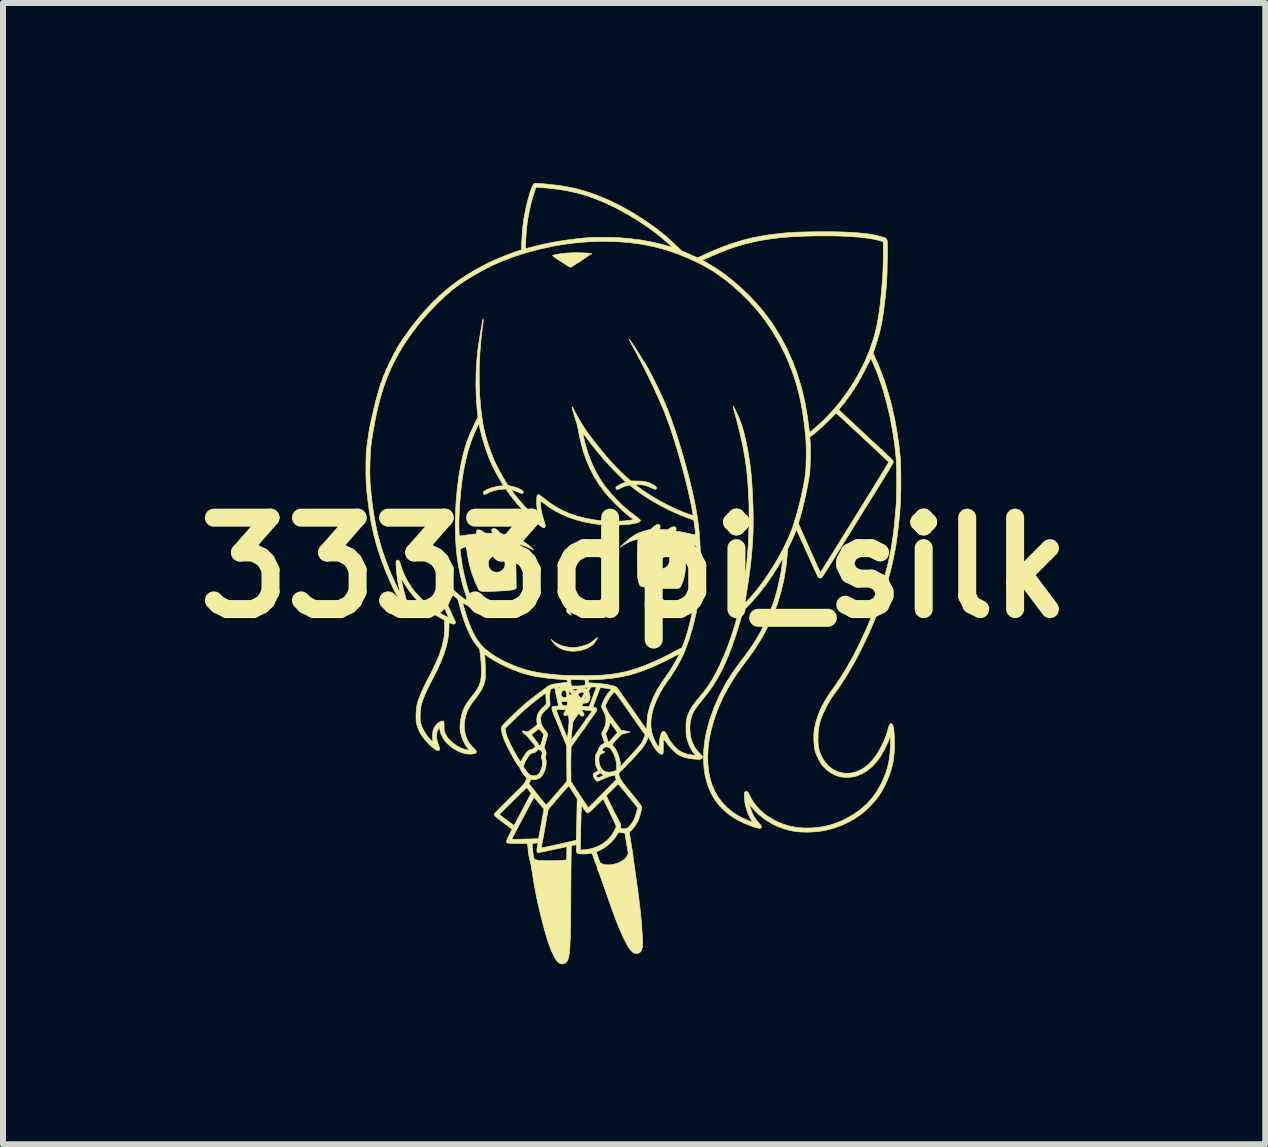
<source format=kicad_pcb>
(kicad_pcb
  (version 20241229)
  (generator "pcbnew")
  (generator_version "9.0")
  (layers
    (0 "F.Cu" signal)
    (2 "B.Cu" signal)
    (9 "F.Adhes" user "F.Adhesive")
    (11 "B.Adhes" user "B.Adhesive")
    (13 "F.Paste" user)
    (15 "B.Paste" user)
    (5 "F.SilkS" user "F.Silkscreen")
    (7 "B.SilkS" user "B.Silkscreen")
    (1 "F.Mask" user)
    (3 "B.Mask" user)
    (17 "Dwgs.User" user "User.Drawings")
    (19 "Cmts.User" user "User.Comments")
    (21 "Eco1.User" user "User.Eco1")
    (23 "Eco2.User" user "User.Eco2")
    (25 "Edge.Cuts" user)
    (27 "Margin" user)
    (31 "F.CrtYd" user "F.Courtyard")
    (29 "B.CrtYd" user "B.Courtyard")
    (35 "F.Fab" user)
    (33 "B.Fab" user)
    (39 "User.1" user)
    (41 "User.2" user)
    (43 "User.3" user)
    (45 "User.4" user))
  (footprint "3333dpi_silk"
    (layer "F.Cu")
    (at 7.518 6.412)
    (property "Reference" "3333dpi_silk" (at 0 0 0) (layer "F.SilkS") (effects (font (size 1.524 1.524) (thickness 0.3))))
    (attr through_hole)
    (fp_poly (pts (xy -1.067 0.646) (xy -1.078 0.677) (xy -1.081 0.7) (xy -1.077 0.722) (xy -1.066 0.748) (xy -1.063 0.755) (xy -1.053 0.775) (xy -1.047 0.789) (xy -1.046 0.792) (xy -1.053 0.788) (xy -1.069 0.779) (xy -1.08 0.772) (xy -1.109 0.751) (xy -1.124 0.729) (xy -1.125 0.705) (xy -1.112 0.676) (xy -1.086 0.643) (xy -1.052 0.606) (xy -1.067 0.646)) (stroke (width 0.01) (type solid)) (fill yes) (layer "F.SilkS"))
    (fp_poly (pts (xy -0.61 1.163) (xy -0.614 1.177) (xy -0.626 1.199) (xy -0.643 1.225) (xy -0.661 1.252) (xy -0.68 1.275) (xy -0.696 1.29) (xy -0.752 1.327) (xy -0.818 1.357) (xy -0.891 1.378) (xy -0.968 1.389) (xy -1.045 1.391) (xy -1.112 1.383) (xy -1.181 1.365) (xy -1.244 1.336) (xy -1.298 1.299) (xy -1.342 1.255) (xy -1.364 1.223) (xy -1.382 1.193) (xy -1.357 1.218) (xy -1.332 1.237) (xy -1.298 1.257) (xy -1.257 1.277) (xy -1.215 1.295) (xy -1.177 1.307) (xy -1.092 1.324) (xy -1.012 1.33) (xy -0.934 1.323) (xy -0.853 1.304) (xy -0.827 1.296) (xy -0.783 1.28) (xy -0.748 1.264) (xy -0.716 1.244) (xy -0.682 1.219) (xy -0.657 1.198) (xy -0.636 1.18) (xy -0.619 1.168) (xy -0.61 1.163) (xy -0.61 1.163)) (stroke (width 0.01) (type solid)) (fill yes) (layer "F.SilkS"))
    (fp_poly (pts (xy -0.891 -5.249) (xy -0.813 -5.246) (xy -0.8 -5.245) (xy -0.705 -5.239) (xy -0.735 -5.218) (xy -0.76 -5.201) (xy -0.784 -5.185) (xy -0.79 -5.18) (xy -0.825 -5.155) (xy -0.865 -5.128) (xy -0.905 -5.101) (xy -0.946 -5.075) (xy -0.983 -5.052) (xy -1.015 -5.032) (xy -1.041 -5.017) (xy -1.057 -5.008) (xy -1.061 -5.007) (xy -1.071 -5.011) (xy -1.091 -5.022) (xy -1.118 -5.038) (xy -1.149 -5.058) (xy -1.156 -5.062) (xy -1.216 -5.102) (xy -1.265 -5.133) (xy -1.302 -5.158) (xy -1.329 -5.178) (xy -1.347 -5.191) (xy -1.357 -5.2) (xy -1.359 -5.205) (xy -1.359 -5.205) (xy -1.349 -5.209) (xy -1.328 -5.214) (xy -1.298 -5.221) (xy -1.262 -5.228) (xy -1.261 -5.228) (xy -1.203 -5.237) (xy -1.133 -5.243) (xy -1.055 -5.248) (xy -0.973 -5.25) (xy -0.891 -5.249)) (stroke (width 0.01) (type solid)) (fill yes) (layer "F.SilkS"))
    (fp_poly (pts (xy -1.618 -6.406) (xy -1.579 -6.404) (xy -1.53 -6.401) (xy -1.476 -6.396) (xy -1.416 -6.39) (xy -1.354 -6.383) (xy -1.292 -6.376) (xy -1.232 -6.368) (xy -1.176 -6.359) (xy -1.147 -6.355) (xy -0.966 -6.318) (xy -0.782 -6.266) (xy -0.595 -6.199) (xy -0.406 -6.119) (xy -0.215 -6.024) (xy -0.022 -5.916) (xy 0.171 -5.793) (xy 0.191 -5.78) (xy 0.292 -5.71) (xy 0.382 -5.644) (xy 0.465 -5.579) (xy 0.545 -5.513) (xy 0.624 -5.441) (xy 0.69 -5.379) (xy 0.789 -5.283) (xy 0.896 -5.237) (xy 0.935 -5.22) (xy 0.972 -5.204) (xy 1.003 -5.19) (xy 1.025 -5.181) (xy 1.03 -5.178) (xy 1.058 -5.165) (xy 1.152 -5.209) (xy 1.324 -5.285) (xy 1.488 -5.352) (xy 1.646 -5.408) (xy 1.801 -5.456) (xy 1.954 -5.495) (xy 2.109 -5.526) (xy 2.246 -5.548) (xy 2.33 -5.559) (xy 2.408 -5.568) (xy 2.482 -5.576) (xy 2.555 -5.583) (xy 2.629 -5.588) (xy 2.708 -5.592) (xy 2.793 -5.595) (xy 2.888 -5.597) (xy 2.995 -5.599) (xy 3.03 -5.599) (xy 3.199 -5.6) (xy 3.353 -5.599) (xy 3.493 -5.595) (xy 3.621 -5.589) (xy 3.737 -5.581) (xy 3.841 -5.571) (xy 3.935 -5.558) (xy 4.019 -5.542) (xy 4.094 -5.524) (xy 4.132 -5.513) (xy 4.154 -5.507) (xy 4.172 -5.501) (xy 4.186 -5.496) (xy 4.198 -5.489) (xy 4.207 -5.479) (xy 4.213 -5.465) (xy 4.218 -5.445) (xy 4.221 -5.418) (xy 4.222 -5.383) (xy 4.222 -5.338) (xy 4.222 -5.281) (xy 4.221 -5.212) (xy 4.22 -5.136) (xy 4.218 -5.04) (xy 4.217 -4.957) (xy 4.215 -4.884) (xy 4.212 -4.82) (xy 4.209 -4.763) (xy 4.206 -4.711) (xy 4.201 -4.66) (xy 4.2 -4.645) (xy 4.188 -4.527) (xy 4.176 -4.422) (xy 4.165 -4.329) (xy 4.154 -4.245) (xy 4.142 -4.169) (xy 4.13 -4.098) (xy 4.116 -4.031) (xy 4.102 -3.965) (xy 4.096 -3.944) (xy 4.087 -3.906) (xy 4.075 -3.862) (xy 4.061 -3.814) (xy 4.046 -3.765) (xy 4.031 -3.718) (xy 4.017 -3.674) (xy 4.005 -3.637) (xy 3.995 -3.609) (xy 3.988 -3.592) (xy 3.987 -3.59) (xy 3.986 -3.578) (xy 3.994 -3.553) (xy 4.01 -3.516) (xy 4.018 -3.499) (xy 4.097 -3.317) (xy 4.17 -3.122) (xy 4.235 -2.916) (xy 4.293 -2.702) (xy 4.343 -2.48) (xy 4.384 -2.251) (xy 4.417 -2.019) (xy 4.433 -1.867) (xy 4.438 -1.802) (xy 4.441 -1.725) (xy 4.444 -1.639) (xy 4.446 -1.545) (xy 4.446 -1.448) (xy 4.446 -1.349) (xy 4.444 -1.252) (xy 4.442 -1.159) (xy 4.438 -1.074) (xy 4.433 -0.999) (xy 4.433 -0.991) (xy 4.419 -0.831) (xy 4.404 -0.684) (xy 4.388 -0.547) (xy 4.37 -0.418) (xy 4.349 -0.295) (xy 4.326 -0.174) (xy 4.299 -0.053) (xy 4.269 0.069) (xy 4.234 0.197) (xy 4.194 0.331) (xy 4.189 0.351) (xy 4.144 0.493) (xy 4.1 0.626) (xy 4.055 0.751) (xy 4.007 0.874) (xy 3.957 0.996) (xy 3.901 1.12) (xy 3.839 1.252) (xy 3.772 1.387) (xy 3.722 1.484) (xy 3.669 1.582) (xy 3.614 1.678) (xy 3.559 1.772) (xy 3.505 1.86) (xy 3.452 1.941) (xy 3.404 2.012) (xy 3.36 2.071) (xy 3.36 2.071) (xy 3.306 2.145) (xy 3.255 2.226) (xy 3.205 2.317) (xy 3.198 2.331) (xy 3.158 2.414) (xy 3.126 2.489) (xy 3.102 2.559) (xy 3.085 2.627) (xy 3.074 2.697) (xy 3.067 2.772) (xy 3.066 2.809) (xy 3.065 2.876) (xy 3.067 2.932) (xy 3.073 2.982) (xy 3.083 3.029) (xy 3.098 3.078) (xy 3.106 3.101) (xy 3.143 3.179) (xy 3.19 3.249) (xy 3.245 3.308) (xy 3.308 3.356) (xy 3.377 3.392) (xy 3.451 3.416) (xy 3.528 3.426) (xy 3.608 3.422) (xy 3.624 3.419) (xy 3.692 3.403) (xy 3.753 3.38) (xy 3.811 3.349) (xy 3.83 3.336) (xy 3.9 3.282) (xy 3.965 3.216) (xy 4.027 3.137) (xy 4.085 3.044) (xy 4.125 2.968) (xy 4.154 2.909) (xy 4.177 2.855) (xy 4.198 2.802) (xy 4.217 2.743) (xy 4.229 2.701) (xy 4.241 2.66) (xy 4.251 2.631) (xy 4.26 2.613) (xy 4.269 2.603) (xy 4.278 2.599) (xy 4.284 2.599) (xy 4.299 2.604) (xy 4.311 2.622) (xy 4.32 2.652) (xy 4.328 2.697) (xy 4.328 2.698) (xy 4.338 2.815) (xy 4.341 2.938) (xy 4.337 3.061) (xy 4.325 3.179) (xy 4.313 3.252) (xy 4.289 3.35) (xy 4.256 3.452) (xy 4.215 3.554) (xy 4.168 3.653) (xy 4.117 3.745) (xy 4.062 3.827) (xy 4.036 3.86) (xy 3.948 3.961) (xy 3.858 4.048) (xy 3.763 4.125) (xy 3.66 4.192) (xy 3.547 4.253) (xy 3.464 4.291) (xy 3.332 4.34) (xy 3.197 4.376) (xy 3.058 4.398) (xy 2.913 4.407) (xy 2.884 4.407) (xy 2.777 4.404) (xy 2.678 4.394) (xy 2.585 4.376) (xy 2.491 4.349) (xy 2.412 4.321) (xy 2.328 4.283) (xy 2.244 4.235) (xy 2.162 4.18) (xy 2.086 4.119) (xy 2.018 4.055) (xy 1.962 3.99) (xy 1.95 3.975) (xy 1.936 3.956) (xy 1.926 3.945) (xy 1.923 3.943) (xy 1.924 3.951) (xy 1.928 3.97) (xy 1.936 3.996) (xy 1.94 4.009) (xy 1.967 4.083) (xy 1.999 4.147) (xy 2.039 4.206) (xy 2.086 4.262) (xy 2.109 4.288) (xy 2.121 4.306) (xy 2.125 4.32) (xy 2.121 4.33) (xy 2.117 4.335) (xy 2.106 4.341) (xy 2.089 4.343) (xy 2.065 4.34) (xy 2.03 4.331) (xy 1.985 4.317) (xy 1.972 4.312) (xy 1.837 4.26) (xy 1.714 4.199) (xy 1.604 4.129) (xy 1.505 4.05) (xy 1.419 3.962) (xy 1.345 3.865) (xy 1.283 3.758) (xy 1.234 3.642) (xy 1.217 3.593) (xy 1.184 3.464) (xy 1.164 3.328) (xy 1.156 3.185) (xy 1.157 3.163) (xy 1.227 3.163) (xy 1.231 3.287) (xy 1.244 3.402) (xy 1.265 3.508) (xy 1.296 3.609) (xy 1.337 3.707) (xy 1.344 3.723) (xy 1.403 3.825) (xy 1.475 3.92) (xy 1.558 4.005) (xy 1.653 4.081) (xy 1.759 4.147) (xy 1.876 4.203) (xy 1.893 4.21) (xy 1.923 4.222) (xy 1.948 4.231) (xy 1.964 4.236) (xy 1.968 4.237) (xy 1.968 4.232) (xy 1.962 4.219) (xy 1.959 4.214) (xy 1.94 4.184) (xy 1.92 4.144) (xy 1.9 4.097) (xy 1.881 4.048) (xy 1.866 4.002) (xy 1.863 3.992) (xy 1.854 3.952) (xy 1.846 3.908) (xy 1.841 3.863) (xy 1.838 3.821) (xy 1.837 3.784) (xy 1.839 3.756) (xy 1.844 3.738) (xy 1.847 3.735) (xy 1.866 3.728) (xy 1.887 3.732) (xy 1.902 3.748) (xy 1.903 3.749) (xy 1.911 3.766) (xy 1.923 3.791) (xy 1.936 3.817) (xy 1.98 3.894) (xy 2.037 3.97) (xy 2.105 4.042) (xy 2.18 4.107) (xy 2.232 4.145) (xy 2.344 4.211) (xy 2.458 4.263) (xy 2.576 4.302) (xy 2.7 4.327) (xy 2.829 4.338) (xy 2.964 4.336) (xy 3.09 4.324) (xy 3.19 4.307) (xy 3.286 4.282) (xy 3.381 4.25) (xy 3.479 4.208) (xy 3.532 4.182) (xy 3.657 4.112) (xy 3.772 4.03) (xy 3.875 3.939) (xy 3.967 3.837) (xy 4.048 3.724) (xy 4.118 3.601) (xy 4.169 3.486) (xy 4.199 3.408) (xy 4.222 3.333) (xy 4.24 3.26) (xy 4.254 3.183) (xy 4.264 3.099) (xy 4.27 3.006) (xy 4.272 2.964) (xy 4.274 2.907) (xy 4.274 2.866) (xy 4.272 2.84) (xy 4.268 2.828) (xy 4.262 2.831) (xy 4.254 2.849) (xy 4.25 2.861) (xy 4.238 2.892) (xy 4.22 2.933) (xy 4.197 2.979) (xy 4.172 3.029) (xy 4.145 3.078) (xy 4.118 3.124) (xy 4.095 3.162) (xy 4.029 3.248) (xy 3.958 3.323) (xy 3.88 3.386) (xy 3.797 3.435) (xy 3.711 3.47) (xy 3.692 3.476) (xy 3.638 3.487) (xy 3.576 3.493) (xy 3.513 3.493) (xy 3.454 3.488) (xy 3.415 3.48) (xy 3.344 3.454) (xy 3.274 3.416) (xy 3.209 3.368) (xy 3.152 3.313) (xy 3.14 3.298) (xy 3.108 3.252) (xy 3.077 3.197) (xy 3.048 3.138) (xy 3.025 3.079) (xy 3.017 3.056) (xy 3.009 3.015) (xy 3.002 2.963) (xy 2.997 2.903) (xy 2.996 2.841) (xy 2.996 2.779) (xy 3 2.723) (xy 3.005 2.679) (xy 3.034 2.556) (xy 3.076 2.432) (xy 3.132 2.307) (xy 3.2 2.183) (xy 3.281 2.061) (xy 3.3 2.035) (xy 3.375 1.93) (xy 3.452 1.814) (xy 3.529 1.689) (xy 3.604 1.559) (xy 3.675 1.428) (xy 3.712 1.355) (xy 3.796 1.182) (xy 3.872 1.017) (xy 3.94 0.854) (xy 4.003 0.692) (xy 4.061 0.526) (xy 4.117 0.352) (xy 4.17 0.168) (xy 4.183 0.122) (xy 4.214 0.003) (xy 4.242 -0.113) (xy 4.267 -0.229) (xy 4.288 -0.346) (xy 4.307 -0.466) (xy 4.324 -0.593) (xy 4.34 -0.728) (xy 4.353 -0.874) (xy 4.366 -1.032) (xy 4.368 -1.055) (xy 4.371 -1.108) (xy 4.373 -1.171) (xy 4.375 -1.243) (xy 4.376 -1.322) (xy 4.377 -1.403) (xy 4.377 -1.485) (xy 4.376 -1.566) (xy 4.375 -1.641) (xy 4.373 -1.71) (xy 4.371 -1.768) (xy 4.368 -1.814) (xy 4.343 -2.05) (xy 4.308 -2.285) (xy 4.264 -2.516) (xy 4.211 -2.741) (xy 4.151 -2.957) (xy 4.111 -3.078) (xy 4.089 -3.143) (xy 4.066 -3.206) (xy 4.043 -3.267) (xy 4.02 -3.323) (xy 3.999 -3.373) (xy 3.98 -3.416) (xy 3.964 -3.449) (xy 3.951 -3.472) (xy 3.942 -3.482) (xy 3.941 -3.483) (xy 3.934 -3.476) (xy 3.928 -3.461) (xy 3.926 -3.445) (xy 3.926 -3.442) (xy 3.921 -3.431) (xy 3.919 -3.43) (xy 3.913 -3.422) (xy 3.902 -3.403) (xy 3.888 -3.376) (xy 3.873 -3.346) (xy 3.853 -3.306) (xy 3.829 -3.26) (xy 3.803 -3.213) (xy 3.781 -3.172) (xy 3.762 -3.139) (xy 3.747 -3.111) (xy 3.736 -3.09) (xy 3.731 -3.08) (xy 3.731 -3.079) (xy 3.729 -3.074) (xy 3.72 -3.063) (xy 3.719 -3.062) (xy 3.71 -3.049) (xy 3.708 -3.04) (xy 3.707 -3.033) (xy 3.706 -3.033) (xy 3.698 -3.027) (xy 3.688 -3.013) (xy 3.678 -2.996) (xy 3.672 -2.982) (xy 3.671 -2.978) (xy 3.668 -2.972) (xy 3.667 -2.972) (xy 3.659 -2.966) (xy 3.647 -2.951) (xy 3.64 -2.942) (xy 3.629 -2.924) (xy 3.624 -2.913) (xy 3.625 -2.911) (xy 3.624 -2.907) (xy 3.616 -2.9) (xy 3.606 -2.892) (xy 3.606 -2.889) (xy 3.605 -2.883) (xy 3.595 -2.871) (xy 3.59 -2.865) (xy 3.573 -2.844) (xy 3.56 -2.824) (xy 3.558 -2.821) (xy 3.546 -2.802) (xy 3.534 -2.791) (xy 3.525 -2.78) (xy 3.525 -2.773) (xy 3.525 -2.767) (xy 3.523 -2.766) (xy 3.516 -2.761) (xy 3.503 -2.746) (xy 3.485 -2.726) (xy 3.464 -2.702) (xy 3.445 -2.678) (xy 3.428 -2.657) (xy 3.416 -2.641) (xy 3.413 -2.636) (xy 3.412 -2.635) (xy 3.413 -2.633) (xy 3.416 -2.63) (xy 3.421 -2.625) (xy 3.429 -2.617) (xy 3.44 -2.605) (xy 3.456 -2.59) (xy 3.477 -2.571) (xy 3.503 -2.546) (xy 3.535 -2.516) (xy 3.574 -2.48) (xy 3.621 -2.436) (xy 3.675 -2.385) (xy 3.738 -2.327) (xy 3.811 -2.259) (xy 3.893 -2.182) (xy 3.974 -2.107) (xy 4.034 -2.052) (xy 4.09 -1.999) (xy 4.143 -1.95) (xy 4.19 -1.906) (xy 4.231 -1.868) (xy 4.264 -1.836) (xy 4.29 -1.812) (xy 4.306 -1.797) (xy 4.311 -1.791) (xy 4.319 -1.774) (xy 4.321 -1.763) (xy 4.317 -1.753) (xy 4.306 -1.731) (xy 4.288 -1.7) (xy 4.265 -1.66) (xy 4.237 -1.613) (xy 4.205 -1.561) (xy 4.171 -1.504) (xy 4.156 -1.481) (xy 4.124 -1.429) (xy 4.084 -1.365) (xy 4.039 -1.293) (xy 3.99 -1.213) (xy 3.936 -1.127) (xy 3.881 -1.038) (xy 3.824 -0.947) (xy 3.768 -0.856) (xy 3.713 -0.767) (xy 3.686 -0.724) (xy 3.608 -0.598) (xy 3.537 -0.485) (xy 3.474 -0.383) (xy 3.418 -0.292) (xy 3.368 -0.211) (xy 3.324 -0.141) (xy 3.285 -0.079) (xy 3.252 -0.026) (xy 3.224 0.019) (xy 3.199 0.056) (xy 3.179 0.088) (xy 3.163 0.113) (xy 3.149 0.132) (xy 3.139 0.147) (xy 3.13 0.158) (xy 3.124 0.166) (xy 3.119 0.17) (xy 3.115 0.172) (xy 3.112 0.173) (xy 3.109 0.173) (xy 3.106 0.172) (xy 3.102 0.171) (xy 3.102 0.171) (xy 3.088 0.171) (xy 3.078 0.166) (xy 3.069 0.156) (xy 3.057 0.136) (xy 3.048 0.118) (xy 3.04 0.1) (xy 3.026 0.07) (xy 3.007 0.029) (xy 2.985 -0.021) (xy 2.959 -0.078) (xy 2.93 -0.141) (xy 2.9 -0.209) (xy 2.868 -0.279) (xy 2.866 -0.284) (xy 2.836 -0.352) (xy 2.807 -0.416) (xy 2.78 -0.474) (xy 2.757 -0.525) (xy 2.737 -0.568) (xy 2.722 -0.601) (xy 2.711 -0.623) (xy 2.706 -0.632) (xy 2.706 -0.632) (xy 2.702 -0.626) (xy 2.693 -0.608) (xy 2.683 -0.583) (xy 2.68 -0.573) (xy 2.668 -0.544) (xy 2.652 -0.506) (xy 2.633 -0.463) (xy 2.613 -0.42) (xy 2.609 -0.412) (xy 2.559 -0.309) (xy 2.552 -0.21) (xy 2.531 -0.004) (xy 2.496 0.201) (xy 2.448 0.404) (xy 2.388 0.602) (xy 2.316 0.792) (xy 2.311 0.803) (xy 2.23 0.982) (xy 2.138 1.154) (xy 2.035 1.322) (xy 1.919 1.489) (xy 1.852 1.577) (xy 1.739 1.73) (xy 1.639 1.879) (xy 1.551 2.029) (xy 1.473 2.18) (xy 1.404 2.336) (xy 1.379 2.4) (xy 1.325 2.558) (xy 1.283 2.709) (xy 1.253 2.856) (xy 1.234 3.001) (xy 1.227 3.145) (xy 1.227 3.163) (xy 1.157 3.163) (xy 1.161 3.036) (xy 1.178 2.883) (xy 1.208 2.727) (xy 1.25 2.568) (xy 1.266 2.517) (xy 1.338 2.317) (xy 1.425 2.122) (xy 1.526 1.932) (xy 1.641 1.748) (xy 1.771 1.569) (xy 1.79 1.544) (xy 1.912 1.381) (xy 2.02 1.219) (xy 2.116 1.053) (xy 2.201 0.883) (xy 2.276 0.706) (xy 2.324 0.575) (xy 2.352 0.487) (xy 2.38 0.388) (xy 2.406 0.282) (xy 2.429 0.176) (xy 2.449 0.071) (xy 2.464 -0.028) (xy 2.473 -0.103) (xy 2.478 -0.156) (xy 2.427 -0.069) (xy 2.316 0.111) (xy 2.2 0.279) (xy 2.079 0.435) (xy 1.954 0.578) (xy 1.9 0.634) (xy 1.813 0.723) (xy 1.782 0.84) (xy 1.771 0.882) (xy 1.755 0.935) (xy 1.737 0.994) (xy 1.718 1.056) (xy 1.699 1.115) (xy 1.692 1.135) (xy 1.633 1.305) (xy 1.574 1.46) (xy 1.513 1.602) (xy 1.45 1.732) (xy 1.385 1.853) (xy 1.316 1.964) (xy 1.244 2.067) (xy 1.18 2.148) (xy 1.128 2.213) (xy 1.084 2.268) (xy 1.048 2.315) (xy 1.02 2.356) (xy 0.997 2.393) (xy 0.979 2.427) (xy 0.965 2.46) (xy 0.954 2.494) (xy 0.945 2.526) (xy 0.933 2.594) (xy 0.929 2.671) (xy 0.933 2.749) (xy 0.945 2.823) (xy 0.948 2.838) (xy 0.974 2.918) (xy 1.007 2.987) (xy 1.05 3.048) (xy 1.086 3.086) (xy 1.112 3.112) (xy 1.131 3.134) (xy 1.142 3.15) (xy 1.143 3.155) (xy 1.137 3.17) (xy 1.124 3.183) (xy 1.113 3.188) (xy 1.099 3.192) (xy 1.078 3.193) (xy 1.048 3.192) (xy 1.019 3.191) (xy 0.923 3.18) (xy 0.835 3.16) (xy 0.762 3.131) (xy 0.727 3.11) (xy 0.688 3.079) (xy 0.646 3.04) (xy 0.604 2.997) (xy 0.566 2.951) (xy 0.536 2.91) (xy 0.518 2.885) (xy 0.504 2.866) (xy 0.495 2.856) (xy 0.492 2.856) (xy 0.491 2.865) (xy 0.489 2.886) (xy 0.488 2.917) (xy 0.488 2.955) (xy 0.488 2.975) (xy 0.487 3.016) (xy 0.486 3.051) (xy 0.485 3.079) (xy 0.483 3.095) (xy 0.482 3.098) (xy 0.467 3.11) (xy 0.446 3.108) (xy 0.422 3.094) (xy 0.394 3.07) (xy 0.365 3.036) (xy 0.334 2.994) (xy 0.304 2.944) (xy 0.284 2.904) (xy 0.266 2.869) (xy 0.254 2.845) (xy 0.245 2.832) (xy 0.24 2.828) (xy 0.236 2.831) (xy 0.233 2.836) (xy 0.196 2.917) (xy 0.153 2.986) (xy 0.113 3.037) (xy 0.073 3.082) (xy 0.031 3.128) (xy -0.012 3.174) (xy -0.054 3.219) (xy -0.095 3.262) (xy -0.132 3.301) (xy -0.166 3.335) (xy -0.193 3.363) (xy -0.214 3.383) (xy -0.226 3.393) (xy -0.229 3.395) (xy -0.236 3.396) (xy -0.236 3.4) (xy -0.241 3.413) (xy -0.248 3.422) (xy -0.253 3.43) (xy -0.254 3.44) (xy -0.251 3.457) (xy -0.243 3.483) (xy -0.241 3.488) (xy -0.235 3.503) (xy -0.228 3.518) (xy -0.219 3.535) (xy -0.207 3.554) (xy -0.191 3.577) (xy -0.169 3.606) (xy -0.14 3.642) (xy -0.104 3.686) (xy -0.06 3.741) (xy -0.05 3.753) (xy -0.01 3.802) (xy 0.027 3.849) (xy 0.06 3.891) (xy 0.087 3.927) (xy 0.108 3.955) (xy 0.122 3.975) (xy 0.127 3.983) (xy 0.127 3.999) (xy 0.123 4.027) (xy 0.115 4.062) (xy 0.105 4.102) (xy 0.093 4.143) (xy 0.08 4.182) (xy 0.075 4.196) (xy 0.06 4.231) (xy 0.038 4.268) (xy 0.013 4.306) (xy -0.013 4.341) (xy -0.039 4.37) (xy -0.061 4.39) (xy -0.075 4.398) (xy -0.077 4.407) (xy -0.075 4.43) (xy -0.071 4.467) (xy -0.063 4.517) (xy -0.053 4.58) (xy -0.044 4.633) (xy -0.036 4.682) (xy -0.029 4.726) (xy -0.024 4.761) (xy -0.02 4.786) (xy -0.019 4.793) (xy -0.018 4.81) (xy -0.014 4.839) (xy -0.008 4.879) (xy -0.002 4.927) (xy 0.006 4.98) (xy 0.014 5.037) (xy 0.014 5.041) (xy 0.033 5.175) (xy 0.05 5.296) (xy 0.065 5.405) (xy 0.078 5.505) (xy 0.089 5.596) (xy 0.099 5.681) (xy 0.108 5.761) (xy 0.115 5.838) (xy 0.122 5.914) (xy 0.128 5.99) (xy 0.133 6.069) (xy 0.134 6.085) (xy 0.138 6.15) (xy 0.141 6.202) (xy 0.142 6.243) (xy 0.143 6.274) (xy 0.142 6.298) (xy 0.14 6.317) (xy 0.138 6.325) (xy 0.125 6.37) (xy 0.107 6.401) (xy 0.083 6.42) (xy 0.072 6.424) (xy 0.042 6.43) (xy 0.013 6.426) (xy -0.016 6.412) (xy -0.045 6.387) (xy -0.076 6.35) (xy -0.108 6.301) (xy -0.142 6.239) (xy -0.179 6.164) (xy -0.209 6.098) (xy -0.229 6.052) (xy -0.249 6.006) (xy -0.268 5.958) (xy -0.289 5.907) (xy -0.31 5.852) (xy -0.333 5.791) (xy -0.358 5.722) (xy -0.386 5.645) (xy -0.417 5.557) (xy -0.452 5.458) (xy -0.488 5.354) (xy -0.511 5.288) (xy -0.533 5.227) (xy -0.553 5.172) (xy -0.57 5.124) (xy -0.584 5.086) (xy -0.595 5.058) (xy -0.602 5.042) (xy -0.603 5.039) (xy -0.606 5.031) (xy -0.606 5.029) (xy -0.606 5.019) (xy -0.612 5) (xy -0.621 4.975) (xy -0.634 4.943) (xy -0.649 4.905) (xy -0.662 4.868) (xy -0.663 4.866) (xy -0.674 4.834) (xy -0.685 4.805) (xy -0.692 4.783) (xy -0.694 4.78) (xy -0.705 4.762) (xy -0.719 4.755) (xy -0.734 4.76) (xy -0.734 4.76) (xy -0.745 4.764) (xy -0.768 4.767) (xy -0.799 4.769) (xy -0.834 4.77) (xy -0.868 4.77) (xy -0.9 4.768) (xy -0.924 4.765) (xy -0.933 4.763) (xy -0.947 4.756) (xy -0.956 4.746) (xy -0.959 4.735) (xy -0.631 4.735) (xy -0.6 4.823) (xy -0.588 4.858) (xy -0.577 4.887) (xy -0.568 4.908) (xy -0.563 4.918) (xy -0.563 4.918) (xy -0.553 4.924) (xy -0.534 4.933) (xy -0.517 4.94) (xy -0.47 4.95) (xy -0.416 4.952) (xy -0.358 4.946) (xy -0.301 4.932) (xy -0.281 4.925) (xy -0.22 4.898) (xy -0.173 4.869) (xy -0.139 4.837) (xy -0.118 4.805) (xy -0.098 4.764) (xy -0.126 4.592) (xy -0.155 4.42) (xy -0.178 4.42) (xy -0.203 4.418) (xy -0.229 4.413) (xy -0.23 4.413) (xy -0.258 4.407) (xy -0.29 4.459) (xy -0.334 4.522) (xy -0.39 4.583) (xy -0.454 4.638) (xy -0.523 4.684) (xy -0.589 4.717) (xy -0.631 4.735) (xy -0.959 4.735) (xy -0.96 4.729) (xy -0.962 4.704) (xy -0.894 4.704) (xy -0.826 4.7) (xy -0.784 4.695) (xy -0.737 4.687) (xy -0.695 4.677) (xy -0.691 4.675) (xy -0.599 4.642) (xy -0.518 4.597) (xy -0.447 4.542) (xy -0.386 4.475) (xy -0.336 4.397) (xy -0.333 4.391) (xy -0.318 4.361) (xy -0.306 4.335) (xy -0.299 4.317) (xy -0.297 4.311) (xy -0.3 4.302) (xy -0.309 4.281) (xy -0.323 4.251) (xy -0.341 4.213) (xy -0.361 4.17) (xy -0.384 4.122) (xy -0.407 4.074) (xy -0.43 4.025) (xy -0.452 3.98) (xy -0.473 3.938) (xy -0.49 3.903) (xy -0.504 3.877) (xy -0.512 3.861) (xy -0.515 3.857) (xy -0.521 3.861) (xy -0.536 3.874) (xy -0.559 3.895) (xy -0.588 3.923) (xy -0.621 3.955) (xy -0.635 3.969) (xy -0.678 4.011) (xy -0.714 4.045) (xy -0.741 4.069) (xy -0.759 4.082) (xy -0.766 4.085) (xy -0.78 4.083) (xy -0.793 4.075) (xy -0.808 4.059) (xy -0.827 4.034) (xy -0.84 4.014) (xy -0.875 3.962) (xy -0.879 3.998) (xy -0.88 4.014) (xy -0.881 4.042) (xy -0.883 4.083) (xy -0.884 4.133) (xy -0.885 4.192) (xy -0.887 4.257) (xy -0.888 4.326) (xy -0.889 4.37) (xy -0.894 4.704) (xy -0.962 4.704) (xy -0.962 4.702) (xy -0.961 4.677) (xy -0.959 4.616) (xy -0.995 4.622) (xy -1.018 4.626) (xy -1.036 4.629) (xy -1.04 4.631) (xy -1.042 4.634) (xy -1.044 4.644) (xy -1.045 4.66) (xy -1.046 4.684) (xy -1.047 4.717) (xy -1.048 4.758) (xy -1.049 4.809) (xy -1.05 4.871) (xy -1.051 4.945) (xy -1.052 5.03) (xy -1.052 5.128) (xy -1.053 5.24) (xy -1.054 5.366) (xy -1.054 5.398) (xy -1.055 5.553) (xy -1.056 5.693) (xy -1.057 5.819) (xy -1.058 5.933) (xy -1.06 6.034) (xy -1.062 6.124) (xy -1.065 6.203) (xy -1.068 6.272) (xy -1.071 6.332) (xy -1.076 6.383) (xy -1.08 6.427) (xy -1.086 6.464) (xy -1.092 6.494) (xy -1.099 6.519) (xy -1.107 6.54) (xy -1.116 6.556) (xy -1.126 6.569) (xy -1.137 6.58) (xy -1.144 6.586) (xy -1.175 6.601) (xy -1.209 6.604) (xy -1.24 6.594) (xy -1.269 6.571) (xy -1.299 6.536) (xy -1.329 6.487) (xy -1.36 6.425) (xy -1.392 6.35) (xy -1.424 6.261) (xy -1.458 6.158) (xy -1.492 6.041) (xy -1.527 5.909) (xy -1.563 5.763) (xy -1.601 5.602) (xy -1.604 5.59) (xy -1.624 5.495) (xy -1.645 5.39) (xy -1.665 5.278) (xy -1.684 5.164) (xy -1.702 5.052) (xy -1.707 5.021) (xy -1.713 4.981) (xy -1.719 4.945) (xy -1.725 4.916) (xy -1.729 4.898) (xy -1.73 4.896) (xy -1.739 4.866) (xy -1.748 4.827) (xy -1.756 4.782) (xy -1.762 4.737) (xy -1.764 4.721) (xy -1.767 4.687) (xy -1.77 4.654) (xy -1.773 4.632) (xy -1.776 4.607) (xy -1.698 4.607) (xy -1.697 4.628) (xy -1.695 4.657) (xy -1.692 4.692) (xy -1.688 4.728) (xy -1.684 4.764) (xy -1.68 4.794) (xy -1.675 4.816) (xy -1.669 4.838) (xy -1.663 4.854) (xy -1.661 4.858) (xy -1.65 4.863) (xy -1.63 4.869) (xy -1.606 4.875) (xy -1.585 4.877) (xy -1.552 4.879) (xy -1.51 4.881) (xy -1.46 4.882) (xy -1.407 4.882) (xy -1.353 4.882) (xy -1.299 4.881) (xy -1.25 4.879) (xy -1.207 4.878) (xy -1.173 4.875) (xy -1.151 4.873) (xy -1.147 4.872) (xy -1.124 4.865) (xy -1.122 4.758) (xy -1.12 4.65) (xy -1.171 4.66) (xy -1.194 4.665) (xy -1.228 4.672) (xy -1.272 4.681) (xy -1.322 4.692) (xy -1.374 4.703) (xy -1.4 4.709) (xy -1.45 4.72) (xy -1.497 4.73) (xy -1.536 4.738) (xy -1.567 4.744) (xy -1.586 4.747) (xy -1.591 4.748) (xy -1.608 4.745) (xy -1.617 4.734) (xy -1.621 4.713) (xy -1.618 4.681) (xy -1.616 4.668) (xy -1.546 4.668) (xy -1.539 4.67) (xy -1.532 4.668) (xy -1.515 4.663) (xy -1.489 4.658) (xy -1.476 4.656) (xy -1.459 4.653) (xy -1.431 4.647) (xy -1.393 4.639) (xy -1.348 4.629) (xy -1.299 4.618) (xy -1.246 4.606) (xy -1.192 4.594) (xy -1.139 4.582) (xy -1.09 4.571) (xy -1.046 4.561) (xy -1.01 4.552) (xy -0.982 4.546) (xy -0.967 4.542) (xy -0.964 4.541) (xy -0.964 4.533) (xy -0.963 4.511) (xy -0.962 4.477) (xy -0.96 4.433) (xy -0.959 4.38) (xy -0.958 4.318) (xy -0.956 4.251) (xy -0.955 4.195) (xy -0.948 3.852) (xy -1.017 3.744) (xy -1.04 3.708) (xy -1.06 3.677) (xy -1.076 3.653) (xy -1.087 3.639) (xy -1.09 3.635) (xy -1.096 3.641) (xy -1.11 3.657) (xy -1.132 3.681) (xy -1.161 3.714) (xy -1.194 3.752) (xy -1.232 3.796) (xy -1.263 3.832) (xy -1.431 4.028) (xy -1.486 4.333) (xy -1.498 4.399) (xy -1.509 4.462) (xy -1.519 4.519) (xy -1.528 4.568) (xy -1.536 4.608) (xy -1.541 4.637) (xy -1.544 4.653) (xy -1.545 4.655) (xy -1.546 4.668) (xy -1.616 4.668) (xy -1.616 4.666) (xy -1.611 4.637) (xy -1.606 4.612) (xy -1.603 4.598) (xy -1.602 4.597) (xy -1.602 4.591) (xy -1.611 4.588) (xy -1.63 4.588) (xy -1.645 4.589) (xy -1.67 4.592) (xy -1.689 4.595) (xy -1.696 4.597) (xy -1.698 4.607) (xy -1.776 4.607) (xy -1.777 4.595) (xy -1.937 4.595) (xy -1.992 4.595) (xy -2.039 4.594) (xy -2.075 4.592) (xy -2.1 4.59) (xy -2.111 4.587) (xy -2.121 4.579) (xy -2.125 4.565) (xy -2.122 4.544) (xy -2.116 4.528) (xy -2.036 4.528) (xy -1.816 4.522) (xy -1.76 4.521) (xy -1.709 4.52) (xy -1.665 4.518) (xy -1.63 4.517) (xy -1.606 4.516) (xy -1.594 4.515) (xy -1.594 4.515) (xy -1.592 4.507) (xy -1.587 4.486) (xy -1.581 4.453) (xy -1.573 4.411) (xy -1.563 4.361) (xy -1.553 4.305) (xy -1.546 4.267) (xy -1.502 4.022) (xy -1.583 3.924) (xy -1.61 3.891) (xy -1.634 3.863) (xy -1.652 3.842) (xy -1.665 3.829) (xy -1.668 3.826) (xy -1.673 3.832) (xy -1.683 3.851) (xy -1.699 3.88) (xy -1.72 3.918) (xy -1.744 3.963) (xy -1.771 4.014) (xy -1.8 4.069) (xy -1.831 4.127) (xy -1.862 4.186) (xy -1.893 4.244) (xy -1.923 4.3) (xy -1.95 4.353) (xy -1.975 4.401) (xy -1.997 4.443) (xy -2.014 4.476) (xy -2.025 4.499) (xy -2.031 4.511) (xy -2.031 4.512) (xy -2.036 4.528) (xy -2.116 4.528) (xy -2.111 4.516) (xy -2.093 4.477) (xy -2.079 4.45) (xy -2.062 4.416) (xy -2.048 4.388) (xy -2.039 4.367) (xy -2.035 4.357) (xy -2.035 4.357) (xy -2.042 4.351) (xy -2.059 4.338) (xy -2.085 4.319) (xy -2.118 4.294) (xy -2.156 4.266) (xy -2.177 4.25) (xy -2.226 4.213) (xy -2.264 4.184) (xy -2.291 4.161) (xy -2.311 4.143) (xy -2.323 4.13) (xy -2.33 4.118) (xy -2.331 4.113) (xy -2.246 4.113) (xy -2.239 4.118) (xy -2.222 4.131) (xy -2.197 4.15) (xy -2.165 4.174) (xy -2.128 4.201) (xy -2.122 4.206) (xy -2 4.297) (xy -1.988 4.273) (xy -1.981 4.261) (xy -1.968 4.237) (xy -1.95 4.203) (xy -1.928 4.16) (xy -1.902 4.111) (xy -1.873 4.057) (xy -1.846 4.005) (xy -1.716 3.761) (xy -1.738 3.731) (xy -1.755 3.708) (xy -1.77 3.687) (xy -1.775 3.681) (xy -1.789 3.663) (xy -2.019 3.886) (xy -2.068 3.934) (xy -2.113 3.978) (xy -2.153 4.018) (xy -2.187 4.053) (xy -2.215 4.08) (xy -2.234 4.1) (xy -2.244 4.111) (xy -2.246 4.113) (xy -2.331 4.113) (xy -2.332 4.108) (xy -2.332 4.107) (xy -2.327 4.1) (xy -2.312 4.083) (xy -2.288 4.058) (xy -2.256 4.026) (xy -2.218 3.987) (xy -2.174 3.943) (xy -2.126 3.895) (xy -2.082 3.852) (xy -2.023 3.793) (xy -1.973 3.744) (xy -1.932 3.704) (xy -1.899 3.67) (xy -1.873 3.643) (xy -1.853 3.621) (xy -1.838 3.602) (xy -1.834 3.598) (xy -1.753 3.598) (xy -1.702 3.664) (xy -1.667 3.708) (xy -1.632 3.753) (xy -1.596 3.797) (xy -1.563 3.838) (xy -1.532 3.876) (xy -1.505 3.908) (xy -1.483 3.932) (xy -1.469 3.948) (xy -1.462 3.953) (xy -1.462 3.953) (xy -1.456 3.947) (xy -1.441 3.931) (xy -1.419 3.906) (xy -1.39 3.873) (xy -1.356 3.834) (xy -1.319 3.791) (xy -1.288 3.755) (xy -1.12 3.559) (xy -1.122 3.308) (xy -1.054 3.308) (xy -1.054 3.373) (xy -1.053 3.41) (xy -1.052 3.563) (xy -0.909 3.782) (xy -0.875 3.833) (xy -0.844 3.88) (xy -0.816 3.922) (xy -0.793 3.956) (xy -0.776 3.982) (xy -0.765 3.997) (xy -0.762 4.001) (xy -0.755 3.996) (xy -0.74 3.981) (xy -0.716 3.957) (xy -0.685 3.925) (xy -0.647 3.888) (xy -0.605 3.844) (xy -0.56 3.799) (xy -0.463 3.799) (xy -0.348 4.034) (xy -0.321 4.089) (xy -0.295 4.139) (xy -0.273 4.183) (xy -0.254 4.219) (xy -0.24 4.245) (xy -0.23 4.26) (xy -0.227 4.264) (xy -0.225 4.268) (xy -0.223 4.283) (xy -0.224 4.301) (xy -0.224 4.325) (xy -0.221 4.339) (xy -0.215 4.345) (xy -0.21 4.346) (xy -0.164 4.35) (xy -0.128 4.344) (xy -0.103 4.331) (xy -0.076 4.307) (xy -0.046 4.27) (xy -0.025 4.239) (xy -0.01 4.213) (xy 0.003 4.188) (xy 0.015 4.159) (xy 0.026 4.122) (xy 0.04 4.075) (xy 0.042 4.067) (xy 0.06 3.999) (xy -0.1 3.802) (xy -0.138 3.755) (xy -0.174 3.712) (xy -0.205 3.674) (xy -0.231 3.643) (xy -0.25 3.621) (xy -0.262 3.607) (xy -0.265 3.605) (xy -0.272 3.61) (xy -0.288 3.624) (xy -0.311 3.646) (xy -0.339 3.673) (xy -0.367 3.702) (xy -0.463 3.799) (xy -0.56 3.799) (xy -0.558 3.797) (xy -0.527 3.765) (xy -0.297 3.53) (xy -0.309 3.498) (xy -0.315 3.477) (xy -0.316 3.461) (xy -0.315 3.458) (xy -0.315 3.453) (xy -0.319 3.455) (xy -0.331 3.459) (xy -0.352 3.464) (xy -0.374 3.468) (xy -0.402 3.475) (xy -0.44 3.488) (xy -0.483 3.505) (xy -0.51 3.517) (xy -0.544 3.533) (xy -0.575 3.546) (xy -0.598 3.555) (xy -0.611 3.559) (xy -0.612 3.559) (xy -0.625 3.553) (xy -0.642 3.537) (xy -0.658 3.515) (xy -0.672 3.492) (xy -0.678 3.476) (xy -0.68 3.46) (xy -0.633 3.46) (xy -0.62 3.483) (xy -0.61 3.498) (xy -0.602 3.504) (xy -0.602 3.504) (xy -0.593 3.5) (xy -0.574 3.492) (xy -0.554 3.483) (xy -0.534 3.473) (xy -0.462 3.473) (xy -0.454 3.474) (xy -0.444 3.473) (xy -0.444 3.47) (xy -0.454 3.469) (xy -0.459 3.47) (xy -0.462 3.473) (xy -0.534 3.473) (xy -0.532 3.472) (xy -0.516 3.464) (xy -0.516 3.464) (xy -0.495 3.464) (xy -0.492 3.467) (xy -0.488 3.464) (xy -0.492 3.46) (xy -0.495 3.464) (xy -0.516 3.464) (xy -0.511 3.46) (xy -0.517 3.454) (xy -0.523 3.448) (xy -0.305 3.448) (xy -0.301 3.452) (xy -0.297 3.448) (xy -0.301 3.445) (xy -0.305 3.448) (xy -0.523 3.448) (xy -0.532 3.442) (xy -0.533 3.441) (xy -0.29 3.441) (xy -0.286 3.445) (xy -0.282 3.441) (xy -0.286 3.437) (xy -0.29 3.441) (xy -0.533 3.441) (xy -0.543 3.433) (xy -0.274 3.433) (xy -0.271 3.437) (xy -0.267 3.433) (xy -0.271 3.429) (xy -0.274 3.433) (xy -0.543 3.433) (xy -0.547 3.43) (xy -0.564 3.418) (xy -0.574 3.413) (xy -0.574 3.415) (xy -0.57 3.423) (xy -0.576 3.431) (xy -0.593 3.44) (xy -0.599 3.443) (xy -0.633 3.46) (xy -0.68 3.46) (xy -0.681 3.452) (xy -0.675 3.433) (xy -0.657 3.416) (xy -0.633 3.403) (xy -0.597 3.384) (xy -0.62 3.338) (xy -0.633 3.308) (xy -0.641 3.279) (xy -0.645 3.246) (xy -0.646 3.227) (xy -0.647 3.199) (xy -0.587 3.199) (xy -0.581 3.258) (xy -0.564 3.311) (xy -0.538 3.354) (xy -0.502 3.386) (xy -0.497 3.389) (xy -0.464 3.402) (xy -0.423 3.407) (xy -0.38 3.405) (xy -0.34 3.395) (xy -0.327 3.389) (xy -0.293 3.372) (xy -0.291 3.311) (xy -0.294 3.255) (xy -0.306 3.195) (xy -0.325 3.136) (xy -0.35 3.081) (xy -0.379 3.034) (xy -0.395 3.016) (xy -0.414 2.998) (xy -0.431 2.99) (xy -0.452 2.987) (xy -0.456 2.987) (xy -0.481 2.99) (xy -0.501 3) (xy -0.511 3.01) (xy -0.528 3.031) (xy -0.532 3.046) (xy -0.522 3.055) (xy -0.511 3.059) (xy -0.495 3.064) (xy -0.488 3.069) (xy -0.488 3.069) (xy -0.494 3.075) (xy -0.51 3.085) (xy -0.526 3.093) (xy -0.556 3.11) (xy -0.575 3.133) (xy -0.584 3.163) (xy -0.587 3.199) (xy -0.647 3.199) (xy -0.647 3.179) (xy -0.645 3.143) (xy -0.638 3.116) (xy -0.626 3.094) (xy -0.622 3.089) (xy -0.608 3.066) (xy -0.599 3.04) (xy -0.599 3.04) (xy -0.587 3.007) (xy -0.567 2.975) (xy -0.541 2.949) (xy -0.519 2.936) (xy -0.387 2.936) (xy -0.386 2.94) (xy -0.378 2.949) (xy -0.373 2.947) (xy -0.373 2.946) (xy -0.379 2.939) (xy -0.382 2.937) (xy -0.387 2.936) (xy -0.519 2.936) (xy -0.518 2.936) (xy -0.503 2.93) (xy -0.404 2.93) (xy -0.4 2.934) (xy -0.396 2.93) (xy -0.4 2.926) (xy -0.404 2.93) (xy -0.503 2.93) (xy -0.489 2.925) (xy -0.49 2.924) (xy -0.451 2.924) (xy -0.441 2.925) (xy -0.438 2.925) (xy -0.425 2.924) (xy -0.424 2.922) (xy -0.425 2.921) (xy -0.44 2.92) (xy -0.448 2.921) (xy -0.451 2.924) (xy -0.49 2.924) (xy -0.504 2.882) (xy -0.513 2.857) (xy -0.52 2.836) (xy -0.524 2.827) (xy -0.528 2.817) (xy -0.531 2.807) (xy -0.534 2.793) (xy -0.537 2.78) (xy -0.538 2.769) (xy -0.472 2.769) (xy -0.47 2.78) (xy -0.464 2.801) (xy -0.455 2.829) (xy -0.446 2.859) (xy -0.436 2.888) (xy -0.43 2.904) (xy -0.425 2.907) (xy -0.414 2.901) (xy -0.398 2.883) (xy -0.379 2.862) (xy -0.355 2.835) (xy -0.329 2.806) (xy -0.323 2.799) (xy -0.276 2.747) (xy -0.338 2.661) (xy -0.4 2.575) (xy -0.413 2.631) (xy -0.424 2.665) (xy -0.437 2.699) (xy -0.45 2.723) (xy -0.462 2.745) (xy -0.471 2.762) (xy -0.472 2.769) (xy -0.538 2.769) (xy -0.539 2.764) (xy -0.537 2.749) (xy -0.53 2.731) (xy -0.515 2.706) (xy -0.511 2.699) (xy -0.483 2.638) (xy -0.469 2.574) (xy -0.47 2.509) (xy -0.487 2.442) (xy -0.518 2.373) (xy -0.524 2.362) (xy -0.536 2.338) (xy -0.541 2.315) (xy -0.54 2.303) (xy -0.482 2.303) (xy -0.449 2.372) (xy -0.435 2.402) (xy -0.423 2.426) (xy -0.414 2.442) (xy -0.411 2.446) (xy -0.406 2.453) (xy -0.392 2.471) (xy -0.373 2.497) (xy -0.349 2.53) (xy -0.321 2.567) (xy -0.313 2.578) (xy -0.284 2.617) (xy -0.258 2.651) (xy -0.237 2.679) (xy -0.221 2.699) (xy -0.211 2.708) (xy -0.21 2.709) (xy -0.199 2.711) (xy -0.177 2.715) (xy -0.148 2.719) (xy -0.135 2.721) (xy -0.106 2.726) (xy -0.083 2.731) (xy -0.07 2.735) (xy -0.069 2.736) (xy -0.076 2.74) (xy -0.094 2.746) (xy -0.121 2.754) (xy -0.14 2.758) (xy -0.174 2.766) (xy -0.197 2.773) (xy -0.214 2.782) (xy -0.229 2.794) (xy -0.247 2.813) (xy -0.252 2.818) (xy -0.277 2.845) (xy -0.303 2.874) (xy -0.324 2.896) (xy -0.346 2.92) (xy -0.358 2.936) (xy -0.361 2.949) (xy -0.355 2.962) (xy -0.342 2.978) (xy -0.339 2.981) (xy -0.312 3.018) (xy -0.287 3.066) (xy -0.264 3.121) (xy -0.246 3.179) (xy -0.233 3.236) (xy -0.228 3.288) (xy -0.228 3.291) (xy -0.227 3.318) (xy -0.225 3.331) (xy -0.223 3.329) (xy -0.222 3.325) (xy -0.216 3.312) (xy -0.203 3.292) (xy -0.181 3.265) (xy -0.149 3.229) (xy -0.108 3.183) (xy -0.098 3.173) (xy -0.043 3.114) (xy 0.002 3.064) (xy 0.039 3.023) (xy 0.069 2.988) (xy 0.093 2.959) (xy 0.112 2.935) (xy 0.127 2.913) (xy 0.139 2.892) (xy 0.149 2.871) (xy 0.159 2.849) (xy 0.165 2.834) (xy 0.185 2.783) (xy 0.162 2.753) (xy 0.154 2.742) (xy 0.137 2.719) (xy 0.114 2.686) (xy 0.085 2.644) (xy 0.051 2.595) (xy 0.012 2.54) (xy -0.03 2.481) (xy -0.073 2.418) (xy -0.087 2.399) (xy -0.131 2.336) (xy -0.172 2.277) (xy -0.21 2.224) (xy -0.244 2.177) (xy -0.273 2.137) (xy -0.296 2.106) (xy -0.312 2.084) (xy -0.321 2.074) (xy -0.322 2.073) (xy -0.336 2.079) (xy -0.355 2.096) (xy -0.377 2.122) (xy -0.401 2.153) (xy -0.423 2.187) (xy -0.443 2.222) (xy -0.446 2.229) (xy -0.482 2.303) (xy -0.54 2.303) (xy -0.538 2.29) (xy -0.528 2.258) (xy -0.519 2.238) (xy -0.481 2.16) (xy -0.44 2.097) (xy -0.412 2.066) (xy -0.392 2.043) (xy -0.383 2.029) (xy -0.385 2.024) (xy -0.402 2.02) (xy -0.428 2.015) (xy -0.459 2.01) (xy -0.491 2.005) (xy -0.521 2.002) (xy -0.546 2) (xy -0.56 2) (xy -0.563 2.001) (xy -0.568 2.01) (xy -0.576 2.029) (xy -0.586 2.054) (xy -0.595 2.078) (xy -0.603 2.099) (xy -0.606 2.111) (xy -0.61 2.12) (xy -0.615 2.134) (xy -0.621 2.148) (xy -0.631 2.174) (xy -0.643 2.206) (xy -0.655 2.236) (xy -0.669 2.274) (xy -0.677 2.301) (xy -0.679 2.318) (xy -0.675 2.327) (xy -0.664 2.331) (xy -0.651 2.332) (xy -0.63 2.338) (xy -0.62 2.354) (xy -0.622 2.376) (xy -0.622 2.377) (xy -0.629 2.389) (xy -0.643 2.411) (xy -0.663 2.441) (xy -0.689 2.478) (xy -0.717 2.518) (xy -0.73 2.536) (xy -0.759 2.577) (xy -0.785 2.613) (xy -0.806 2.644) (xy -0.821 2.667) (xy -0.83 2.68) (xy -0.831 2.683) (xy -0.835 2.69) (xy -0.836 2.69) (xy -0.842 2.696) (xy -0.856 2.713) (xy -0.874 2.738) (xy -0.897 2.769) (xy -0.914 2.794) (xy -0.942 2.832) (xy -0.968 2.871) (xy -0.993 2.905) (xy -1.012 2.931) (xy -1.018 2.941) (xy -1.05 2.985) (xy -1.052 3.121) (xy -1.053 3.176) (xy -1.054 3.241) (xy -1.054 3.308) (xy -1.122 3.308) (xy -1.122 3.264) (xy -1.124 2.968) (xy -1.166 2.866) (xy -1.051 2.866) (xy -1.05 2.872) (xy -1.049 2.873) (xy -1.046 2.87) (xy -1.045 2.869) (xy -1.039 2.861) (xy -1.025 2.842) (xy -1.005 2.815) (xy -0.98 2.78) (xy -0.951 2.739) (xy -0.919 2.696) (xy -0.888 2.651) (xy -0.859 2.611) (xy -0.835 2.576) (xy -0.816 2.549) (xy -0.804 2.531) (xy -0.8 2.523) (xy -0.794 2.514) (xy -0.794 2.514) (xy -0.787 2.507) (xy -0.773 2.49) (xy -0.756 2.467) (xy -0.744 2.45) (xy -0.7 2.389) (xy -0.725 2.384) (xy -0.745 2.381) (xy -0.774 2.377) (xy -0.807 2.374) (xy -0.815 2.373) (xy -0.879 2.368) (xy -0.854 2.403) (xy -0.838 2.429) (xy -0.833 2.448) (xy -0.834 2.452) (xy -0.846 2.469) (xy -0.863 2.475) (xy -0.883 2.469) (xy -0.901 2.452) (xy -0.903 2.45) (xy -0.913 2.436) (xy -0.922 2.431) (xy -0.929 2.437) (xy -0.941 2.452) (xy -0.952 2.467) (xy -0.97 2.495) (xy -0.99 2.523) (xy -0.998 2.534) (xy -1.018 2.571) (xy -1.024 2.602) (xy -1.027 2.624) (xy -1.03 2.657) (xy -1.034 2.697) (xy -1.039 2.74) (xy -1.04 2.751) (xy -1.045 2.798) (xy -1.048 2.831) (xy -1.05 2.853) (xy -1.051 2.866) (xy -1.166 2.866) (xy -1.23 2.709) (xy -1.254 2.65) (xy -1.277 2.595) (xy -1.297 2.545) (xy -1.315 2.504) (xy -1.329 2.471) (xy -1.338 2.45) (xy -1.343 2.441) (xy -1.343 2.441) (xy -1.347 2.432) (xy -1.346 2.431) (xy -1.346 2.425) (xy -1.352 2.409) (xy -1.357 2.396) (xy -1.362 2.38) (xy -1.292 2.38) (xy -1.289 2.392) (xy -1.283 2.411) (xy -1.274 2.437) (xy -1.26 2.473) (xy -1.242 2.519) (xy -1.219 2.577) (xy -1.209 2.603) (xy -1.186 2.659) (xy -1.166 2.71) (xy -1.148 2.754) (xy -1.133 2.79) (xy -1.121 2.817) (xy -1.114 2.832) (xy -1.113 2.835) (xy -1.111 2.828) (xy -1.108 2.808) (xy -1.104 2.777) (xy -1.099 2.738) (xy -1.095 2.694) (xy -1.095 2.692) (xy -1.09 2.638) (xy -1.087 2.596) (xy -1.085 2.563) (xy -1.086 2.537) (xy -1.087 2.515) (xy -1.09 2.498) (xy -1.095 2.472) (xy -1.101 2.454) (xy -1.106 2.446) (xy -1.106 2.446) (xy -1.112 2.452) (xy -1.113 2.454) (xy -1.119 2.462) (xy -1.134 2.466) (xy -1.151 2.466) (xy -1.162 2.461) (xy -1.172 2.447) (xy -1.17 2.428) (xy -1.157 2.403) (xy -1.155 2.399) (xy -1.143 2.381) (xy -1.136 2.369) (xy -1.135 2.367) (xy -1.142 2.365) (xy -1.161 2.364) (xy -1.186 2.363) (xy -1.215 2.363) (xy -1.244 2.364) (xy -1.268 2.365) (xy -1.284 2.367) (xy -1.285 2.367) (xy -1.289 2.369) (xy -1.292 2.373) (xy -1.292 2.38) (xy -1.362 2.38) (xy -1.369 2.361) (xy -1.371 2.336) (xy -1.361 2.319) (xy -1.34 2.31) (xy -1.308 2.307) (xy -1.284 2.305) (xy -1.267 2.303) (xy -1.263 2.302) (xy -0.869 2.302) (xy -0.862 2.306) (xy -0.84 2.31) (xy -0.804 2.314) (xy -0.777 2.315) (xy -0.75 2.317) (xy -0.713 2.216) (xy -0.699 2.179) (xy -0.687 2.148) (xy -0.679 2.125) (xy -0.674 2.112) (xy -0.674 2.111) (xy -0.671 2.102) (xy -0.664 2.085) (xy -0.664 2.084) (xy -0.655 2.063) (xy -0.644 2.036) (xy -0.64 2.025) (xy -0.626 1.989) (xy -0.66 1.988) (xy -0.684 1.987) (xy -0.702 1.986) (xy -0.706 1.986) (xy -0.717 1.992) (xy -0.731 2.009) (xy -0.738 2.02) (xy -0.757 2.055) (xy -0.744 2.099) (xy -0.734 2.144) (xy -0.736 2.184) (xy -0.748 2.217) (xy -0.769 2.241) (xy -0.799 2.254) (xy -0.819 2.256) (xy -0.841 2.257) (xy -0.853 2.262) (xy -0.86 2.273) (xy -0.861 2.275) (xy -0.867 2.292) (xy -0.869 2.302) (xy -1.263 2.302) (xy -1.262 2.301) (xy -1.262 2.293) (xy -1.265 2.273) (xy -1.271 2.246) (xy -1.274 2.233) (xy -1.274 2.231) (xy -1.212 2.231) (xy -1.21 2.24) (xy -1.206 2.257) (xy -1.204 2.266) (xy -1.197 2.286) (xy -1.189 2.296) (xy -1.175 2.3) (xy -1.169 2.3) (xy -1.146 2.3) (xy -1.128 2.298) (xy -1.127 2.297) (xy -1.117 2.29) (xy -1.113 2.275) (xy -1.113 2.261) (xy -1.113 2.235) (xy -1.004 2.235) (xy -1.003 2.24) (xy -0.995 2.248) (xy -0.991 2.241) (xy -0.991 2.231) (xy -0.993 2.22) (xy -0.999 2.223) (xy -0.999 2.223) (xy -1.004 2.235) (xy -1.113 2.235) (xy -1.113 2.229) (xy -1.162 2.229) (xy -1.187 2.229) (xy -1.205 2.23) (xy -1.212 2.231) (xy -1.274 2.231) (xy -1.282 2.196) (xy -1.284 2.187) (xy -0.83 2.187) (xy -0.824 2.19) (xy -0.815 2.187) (xy -0.803 2.172) (xy -0.8 2.158) (xy -0.801 2.138) (xy -0.815 2.157) (xy -0.828 2.175) (xy -0.83 2.187) (xy -1.284 2.187) (xy -1.288 2.169) (xy -1.293 2.147) (xy -1.297 2.127) (xy -1.302 2.105) (xy -1.218 2.105) (xy -1.217 2.121) (xy -1.209 2.137) (xy -1.204 2.144) (xy -1.183 2.159) (xy -1.157 2.165) (xy -1.132 2.159) (xy -1.129 2.157) (xy -1.124 2.152) (xy -1.122 2.14) (xy -1.124 2.12) (xy -1.128 2.097) (xy -1.134 2.068) (xy -1.138 2.055) (xy -1.092 2.055) (xy -1.086 2.085) (xy -1.08 2.111) (xy -1.074 2.124) (xy -1.065 2.125) (xy -1.051 2.116) (xy -1.05 2.116) (xy -1.041 2.108) (xy -0.935 2.108) (xy -0.932 2.118) (xy -0.921 2.134) (xy -0.907 2.151) (xy -0.892 2.165) (xy -0.881 2.172) (xy -0.88 2.172) (xy -0.87 2.166) (xy -0.864 2.155) (xy -0.856 2.136) (xy -0.844 2.116) (xy -0.834 2.095) (xy -0.837 2.08) (xy -0.852 2.073) (xy -0.859 2.073) (xy -0.878 2.076) (xy -0.901 2.084) (xy -0.921 2.095) (xy -0.934 2.105) (xy -0.935 2.108) (xy -1.041 2.108) (xy -1.04 2.107) (xy -1.038 2.1) (xy -1.047 2.09) (xy -1.064 2.076) (xy -1.092 2.055) (xy -1.138 2.055) (xy -1.139 2.052) (xy -1.145 2.045) (xy -1.154 2.042) (xy -1.156 2.042) (xy -1.185 2.048) (xy -1.204 2.066) (xy -1.211 2.081) (xy -1.218 2.105) (xy -1.302 2.105) (xy -1.302 2.103) (xy -1.308 2.071) (xy -1.308 2.07) (xy -1.322 2.003) (xy -1.348 2.007) (xy -1.369 2.013) (xy -1.384 2.021) (xy -1.385 2.022) (xy -1.394 2.039) (xy -1.401 2.069) (xy -1.405 2.109) (xy -1.407 2.156) (xy -1.405 2.202) (xy -1.403 2.237) (xy -1.401 2.266) (xy -1.401 2.287) (xy -1.401 2.294) (xy -1.407 2.303) (xy -1.423 2.321) (xy -1.444 2.343) (xy -1.464 2.362) (xy -1.502 2.398) (xy -1.528 2.429) (xy -1.545 2.458) (xy -1.554 2.487) (xy -1.558 2.52) (xy -1.558 2.53) (xy -1.554 2.576) (xy -1.539 2.62) (xy -1.514 2.666) (xy -1.479 2.712) (xy -1.463 2.731) (xy -1.452 2.747) (xy -1.445 2.762) (xy -1.443 2.78) (xy -1.445 2.802) (xy -1.452 2.831) (xy -1.463 2.87) (xy -1.475 2.909) (xy -1.502 3.003) (xy -1.486 3.025) (xy -1.469 3.061) (xy -1.466 3.099) (xy -1.472 3.125) (xy -1.479 3.147) (xy -1.477 3.168) (xy -1.473 3.178) (xy -1.465 3.22) (xy -1.465 3.269) (xy -1.472 3.321) (xy -1.486 3.373) (xy -1.506 3.422) (xy -1.53 3.463) (xy -1.557 3.493) (xy -1.562 3.497) (xy -1.592 3.514) (xy -1.629 3.526) (xy -1.665 3.533) (xy -1.695 3.533) (xy -1.698 3.533) (xy -1.711 3.531) (xy -1.721 3.536) (xy -1.73 3.551) (xy -1.736 3.563) (xy -1.753 3.598) (xy -1.834 3.598) (xy -1.826 3.587) (xy -1.817 3.573) (xy -1.809 3.559) (xy -1.806 3.553) (xy -1.794 3.528) (xy -1.792 3.525) (xy -1.738 3.525) (xy -1.734 3.528) (xy -1.73 3.525) (xy -1.734 3.521) (xy -1.738 3.525) (xy -1.792 3.525) (xy -1.789 3.517) (xy -1.76 3.517) (xy -1.757 3.521) (xy -1.753 3.517) (xy -1.757 3.513) (xy -1.76 3.517) (xy -1.789 3.517) (xy -1.786 3.51) (xy -1.784 3.502) (xy -1.784 3.502) (xy -1.793 3.499) (xy -1.807 3.486) (xy -1.825 3.465) (xy -1.845 3.439) (xy -1.865 3.41) (xy -1.883 3.382) (xy -1.896 3.357) (xy -1.904 3.338) (xy -1.905 3.332) (xy -1.907 3.319) (xy -1.91 3.318) (xy -1.845 3.318) (xy -1.824 3.349) (xy -1.789 3.398) (xy -1.758 3.434) (xy -1.734 3.453) (xy -1.704 3.464) (xy -1.667 3.467) (xy -1.631 3.462) (xy -1.61 3.453) (xy -1.59 3.437) (xy -1.573 3.417) (xy -1.559 3.389) (xy -1.547 3.357) (xy -1.531 3.301) (xy -1.526 3.253) (xy -1.531 3.211) (xy -1.536 3.194) (xy -1.544 3.17) (xy -1.546 3.153) (xy -1.543 3.136) (xy -1.538 3.121) (xy -1.531 3.091) (xy -1.536 3.067) (xy -1.555 3.047) (xy -1.569 3.038) (xy -1.595 3.023) (xy -1.625 3.055) (xy -1.646 3.075) (xy -1.664 3.084) (xy -1.68 3.086) (xy -1.704 3.091) (xy -1.725 3.102) (xy -1.744 3.122) (xy -1.767 3.152) (xy -1.789 3.187) (xy -1.81 3.224) (xy -1.826 3.258) (xy -1.83 3.271) (xy -1.845 3.318) (xy -1.91 3.318) (xy -1.91 3.318) (xy -1.917 3.315) (xy -1.93 3.3) (xy -1.941 3.285) (xy -1.905 3.285) (xy -1.902 3.291) (xy -1.9 3.29) (xy -1.899 3.281) (xy -1.9 3.279) (xy -1.905 3.281) (xy -1.905 3.285) (xy -1.941 3.285) (xy -1.948 3.275) (xy -1.959 3.258) (xy -1.898 3.258) (xy -1.894 3.262) (xy -1.89 3.258) (xy -1.894 3.254) (xy -1.898 3.258) (xy -1.959 3.258) (xy -1.97 3.241) (xy -1.995 3.2) (xy -2.022 3.153) (xy -2.05 3.102) (xy -2.078 3.05) (xy -2.106 2.996) (xy -2.122 2.963) (xy -2.156 2.891) (xy -2.181 2.826) (xy -2.199 2.767) (xy -2.211 2.71) (xy -2.213 2.697) (xy -2.215 2.678) (xy -2.15 2.678) (xy -2.145 2.713) (xy -2.136 2.756) (xy -2.12 2.806) (xy -2.096 2.865) (xy -2.064 2.934) (xy -2.042 2.978) (xy -2.018 3.025) (xy -1.992 3.072) (xy -1.967 3.116) (xy -1.944 3.155) (xy -1.924 3.189) (xy -1.907 3.214) (xy -1.895 3.228) (xy -1.891 3.231) (xy -1.885 3.225) (xy -1.875 3.209) (xy -1.866 3.191) (xy -1.846 3.156) (xy -1.822 3.12) (xy -1.797 3.086) (xy -1.772 3.059) (xy -1.752 3.041) (xy -1.751 3.041) (xy -1.729 3.03) (xy -1.709 3.026) (xy -1.707 3.025) (xy -1.692 3.021) (xy -1.673 3.009) (xy -1.657 2.995) (xy -1.654 2.991) (xy -1.524 2.991) (xy -1.52 2.995) (xy -1.517 2.991) (xy -1.52 2.987) (xy -1.524 2.991) (xy -1.654 2.991) (xy -1.647 2.982) (xy -1.646 2.978) (xy -1.651 2.969) (xy -1.651 2.968) (xy -1.631 2.968) (xy -1.627 2.972) (xy -1.623 2.968) (xy -1.627 2.964) (xy -1.631 2.968) (xy -1.651 2.968) (xy -1.657 2.959) (xy -1.613 2.959) (xy -1.612 2.964) (xy -1.608 2.964) (xy -1.602 2.962) (xy -1.603 2.959) (xy -1.612 2.958) (xy -1.613 2.959) (xy -1.657 2.959) (xy -1.664 2.95) (xy -1.682 2.925) (xy -1.705 2.897) (xy -1.73 2.867) (xy -1.754 2.839) (xy -1.775 2.815) (xy -1.792 2.798) (xy -1.8 2.791) (xy -1.808 2.785) (xy -1.707 2.785) (xy -1.702 2.794) (xy -1.69 2.812) (xy -1.671 2.837) (xy -1.648 2.866) (xy -1.643 2.873) (xy -1.614 2.91) (xy -1.596 2.937) (xy -1.587 2.953) (xy -1.588 2.959) (xy -1.588 2.963) (xy -1.577 2.964) (xy -1.568 2.964) (xy -1.562 2.959) (xy -1.555 2.949) (xy -1.548 2.931) (xy -1.54 2.902) (xy -1.533 2.878) (xy -1.524 2.843) (xy -1.516 2.813) (xy -1.511 2.792) (xy -1.509 2.782) (xy -1.514 2.771) (xy -1.526 2.754) (xy -1.538 2.74) (xy -1.556 2.72) (xy -1.57 2.702) (xy -1.575 2.694) (xy -1.58 2.689) (xy -1.587 2.688) (xy -1.598 2.693) (xy -1.616 2.706) (xy -1.643 2.727) (xy -1.645 2.729) (xy -1.671 2.75) (xy -1.691 2.768) (xy -1.704 2.781) (xy -1.707 2.785) (xy -1.808 2.785) (xy -1.824 2.773) (xy -1.845 2.754) (xy -1.859 2.737) (xy -1.865 2.724) (xy -1.864 2.722) (xy -1.854 2.719) (xy -1.832 2.723) (xy -1.824 2.725) (xy -1.8 2.732) (xy -1.782 2.735) (xy -1.776 2.736) (xy -1.766 2.731) (xy -1.747 2.719) (xy -1.721 2.701) (xy -1.691 2.678) (xy -1.687 2.675) (xy -1.655 2.65) (xy -1.633 2.632) (xy -1.621 2.62) (xy -1.615 2.61) (xy -1.614 2.602) (xy -1.616 2.593) (xy -1.617 2.59) (xy -1.621 2.57) (xy -1.622 2.542) (xy -1.622 2.516) (xy -1.614 2.468) (xy -1.597 2.424) (xy -1.569 2.381) (xy -1.529 2.337) (xy -1.52 2.328) (xy -1.464 2.274) (xy -1.468 2.182) (xy -1.473 2.089) (xy -1.531 2.132) (xy -1.599 2.182) (xy -1.661 2.23) (xy -1.718 2.276) (xy -1.774 2.323) (xy -1.831 2.373) (xy -1.891 2.428) (xy -1.957 2.49) (xy -2.018 2.549) (xy -2.15 2.678) (xy -2.215 2.678) (xy -2.215 2.677) (xy -2.213 2.662) (xy -2.204 2.646) (xy -2.188 2.625) (xy -2.173 2.607) (xy -2.148 2.581) (xy -2.115 2.548) (xy -2.077 2.511) (xy -2.034 2.469) (xy -1.989 2.427) (xy -1.944 2.384) (xy -1.9 2.343) (xy -1.859 2.306) (xy -1.823 2.274) (xy -1.795 2.249) (xy -1.766 2.226) (xy -1.728 2.196) (xy -1.685 2.163) (xy -1.64 2.129) (xy -1.604 2.102) (xy -1.565 2.072) (xy -1.527 2.045) (xy -1.495 2.02) (xy -1.469 2.001) (xy -1.469 2) (xy -1.261 2) (xy -1.26 2.004) (xy -1.256 2.017) (xy -1.254 2.02) (xy -1.249 2.016) (xy -1.035 2.016) (xy -1.011 2.036) (xy -0.995 2.049) (xy -0.985 2.057) (xy -0.984 2.057) (xy -0.976 2.054) (xy -0.961 2.045) (xy -0.953 2.04) (xy -0.94 2.032) (xy -0.934 2.026) (xy -0.938 2.023) (xy -0.953 2.021) (xy -0.98 2.019) (xy -0.996 2.018) (xy -1.035 2.016) (xy -1.249 2.016) (xy -1.248 2.015) (xy -1.242 2.008) (xy -0.826 2.008) (xy -0.821 2.013) (xy -0.814 2.016) (xy -0.795 2.021) (xy -0.781 2.012) (xy -0.775 1.997) (xy -0.774 1.989) (xy -0.779 1.987) (xy -0.793 1.992) (xy -0.802 1.995) (xy -0.82 2.003) (xy -0.826 2.008) (xy -1.242 2.008) (xy -1.238 2.004) (xy -1.229 1.993) (xy -1.232 1.989) (xy -1.244 1.989) (xy -1.258 1.991) (xy -1.261 2) (xy -1.469 2) (xy -1.454 1.989) (xy -1.453 1.988) (xy -1.426 1.97) (xy -1.394 1.955) (xy -1.353 1.943) (xy -1.302 1.933) (xy -1.239 1.924) (xy -1.221 1.922) (xy -1.176 1.917) (xy -1.143 1.912) (xy -1.122 1.908) (xy -1.111 1.904) (xy -1.108 1.9) (xy -1.109 1.899) (xy -1.112 1.883) (xy -1.113 1.879) (xy -1.117 1.873) (xy -1.133 1.869) (xy -1.161 1.866) (xy -1.187 1.863) (xy -1.19 1.863) (xy -1.055 1.863) (xy -1.053 1.913) (xy -1.05 1.939) (xy -1.046 1.959) (xy -1.041 1.969) (xy -1.03 1.971) (xy -1.008 1.972) (xy -0.977 1.972) (xy -0.942 1.971) (xy -0.907 1.969) (xy -0.874 1.966) (xy -0.848 1.963) (xy -0.834 1.96) (xy -0.821 1.955) (xy -0.815 1.948) (xy -0.813 1.934) (xy -0.814 1.912) (xy -0.815 1.889) (xy -0.817 1.874) (xy -0.818 1.87) (xy -0.825 1.87) (xy -0.828 1.869) (xy -0.762 1.869) (xy -0.762 1.918) (xy -0.665 1.923) (xy -0.602 1.927) (xy -0.539 1.934) (xy -0.479 1.942) (xy -0.423 1.952) (xy -0.373 1.962) (xy -0.333 1.973) (xy -0.303 1.985) (xy -0.289 1.993) (xy -0.283 2.001) (xy -0.269 2.021) (xy -0.247 2.05) (xy -0.22 2.089) (xy -0.187 2.135) (xy -0.149 2.189) (xy -0.108 2.247) (xy -0.064 2.31) (xy -0.034 2.353) (xy 0.21 2.703) (xy 0.214 2.592) (xy 0.218 2.528) (xy 0.225 2.469) (xy 0.233 2.42) (xy 0.234 2.412) (xy 0.27 2.287) (xy 0.32 2.16) (xy 0.384 2.035) (xy 0.462 1.91) (xy 0.503 1.852) (xy 0.533 1.81) (xy 0.565 1.763) (xy 0.597 1.716) (xy 0.622 1.676) (xy 0.623 1.675) (xy 0.645 1.638) (xy 0.668 1.598) (xy 0.691 1.559) (xy 0.712 1.521) (xy 0.731 1.487) (xy 0.744 1.46) (xy 0.753 1.443) (xy 0.754 1.437) (xy 0.748 1.438) (xy 0.733 1.445) (xy 0.71 1.456) (xy 0.707 1.458) (xy 0.668 1.479) (xy 0.62 1.504) (xy 0.564 1.532) (xy 0.505 1.561) (xy 0.447 1.589) (xy 0.392 1.615) (xy 0.344 1.637) (xy 0.328 1.644) (xy 0.18 1.704) (xy 0.039 1.754) (xy -0.1 1.793) (xy -0.239 1.823) (xy -0.383 1.845) (xy -0.535 1.859) (xy -0.638 1.865) (xy -0.762 1.869) (xy -0.828 1.869) (xy -0.846 1.869) (xy -0.876 1.868) (xy -0.914 1.867) (xy -0.937 1.866) (xy -1.055 1.863) (xy -1.19 1.863) (xy -1.222 1.861) (xy -1.255 1.858) (xy -1.28 1.856) (xy -1.288 1.856) (xy -1.309 1.854) (xy -1.339 1.851) (xy -1.371 1.848) (xy -1.372 1.848) (xy -1.415 1.843) (xy -1.469 1.837) (xy -1.527 1.829) (xy -1.586 1.82) (xy -1.64 1.811) (xy -1.684 1.803) (xy -1.69 1.802) (xy -1.79 1.777) (xy -1.897 1.744) (xy -2.006 1.704) (xy -2.115 1.658) (xy -2.22 1.608) (xy -2.318 1.555) (xy -2.406 1.501) (xy -2.445 1.473) (xy -2.494 1.438) (xy -2.489 1.468) (xy -2.487 1.484) (xy -2.486 1.513) (xy -2.484 1.552) (xy -2.482 1.597) (xy -2.48 1.647) (xy -2.48 1.665) (xy -2.478 1.725) (xy -2.478 1.772) (xy -2.478 1.809) (xy -2.48 1.839) (xy -2.483 1.864) (xy -2.487 1.887) (xy -2.487 1.89) (xy -2.507 1.956) (xy -2.537 2.023) (xy -2.58 2.094) (xy -2.63 2.162) (xy -2.675 2.22) (xy -2.711 2.27) (xy -2.739 2.313) (xy -2.762 2.352) (xy -2.78 2.39) (xy -2.794 2.43) (xy -2.807 2.473) (xy -2.814 2.499) (xy -2.829 2.589) (xy -2.83 2.676) (xy -2.818 2.759) (xy -2.794 2.837) (xy -2.756 2.909) (xy -2.707 2.973) (xy -2.685 2.994) (xy -2.657 3.022) (xy -2.639 3.043) (xy -2.631 3.058) (xy -2.629 3.066) (xy -2.632 3.081) (xy -2.642 3.092) (xy -2.662 3.099) (xy -2.694 3.104) (xy -2.705 3.105) (xy -2.771 3.105) (xy -2.841 3.092) (xy -2.911 3.068) (xy -2.979 3.033) (xy -3.044 2.99) (xy -3.103 2.94) (xy -3.154 2.884) (xy -3.194 2.824) (xy -3.2 2.811) (xy -3.221 2.763) (xy -3.234 2.719) (xy -3.237 2.702) (xy -3.243 2.656) (xy -3.26 2.683) (xy -3.282 2.73) (xy -3.291 2.785) (xy -3.289 2.846) (xy -3.275 2.91) (xy -3.263 2.945) (xy -3.252 2.974) (xy -3.243 2.998) (xy -3.239 3.014) (xy -3.239 3.017) (xy -3.245 3.036) (xy -3.263 3.047) (xy -3.273 3.048) (xy -3.289 3.043) (xy -3.314 3.028) (xy -3.344 3.006) (xy -3.377 2.978) (xy -3.412 2.946) (xy -3.446 2.912) (xy -3.449 2.909) (xy -3.511 2.835) (xy -3.56 2.763) (xy -3.596 2.691) (xy -3.621 2.616) (xy -3.628 2.585) (xy -3.633 2.547) (xy -3.634 2.498) (xy -3.634 2.481) (xy -3.566 2.481) (xy -3.564 2.533) (xy -3.559 2.576) (xy -3.556 2.591) (xy -3.533 2.658) (xy -3.498 2.727) (xy -3.455 2.794) (xy -3.406 2.855) (xy -3.378 2.883) (xy -3.355 2.904) (xy -3.359 2.828) (xy -3.359 2.771) (xy -3.353 2.724) (xy -3.339 2.683) (xy -3.317 2.643) (xy -3.315 2.64) (xy -3.291 2.612) (xy -3.264 2.587) (xy -3.237 2.569) (xy -3.211 2.557) (xy -3.189 2.554) (xy -3.174 2.56) (xy -3.173 2.562) (xy -3.17 2.574) (xy -3.168 2.597) (xy -3.167 2.627) (xy -3.166 2.648) (xy -3.166 2.684) (xy -3.164 2.711) (xy -3.16 2.732) (xy -3.152 2.753) (xy -3.14 2.778) (xy -3.107 2.832) (xy -3.061 2.884) (xy -3.006 2.932) (xy -2.944 2.973) (xy -2.879 3.006) (xy -2.813 3.029) (xy -2.795 3.033) (xy -2.767 3.038) (xy -2.754 3.038) (xy -2.753 3.031) (xy -2.765 3.016) (xy -2.777 3.002) (xy -2.812 2.955) (xy -2.843 2.896) (xy -2.869 2.829) (xy -2.89 2.757) (xy -2.897 2.722) (xy -2.902 2.666) (xy -2.899 2.602) (xy -2.89 2.532) (xy -2.875 2.461) (xy -2.855 2.392) (xy -2.83 2.33) (xy -2.822 2.314) (xy -2.81 2.293) (xy -2.79 2.263) (xy -2.765 2.227) (xy -2.736 2.187) (xy -2.705 2.146) (xy -2.674 2.107) (xy -2.669 2.101) (xy -2.624 2.039) (xy -2.59 1.978) (xy -2.566 1.914) (xy -2.56 1.892) (xy -2.552 1.849) (xy -2.547 1.795) (xy -2.545 1.732) (xy -2.546 1.662) (xy -2.549 1.589) (xy -2.555 1.516) (xy -2.56 1.469) (xy -2.569 1.404) (xy -2.521 1.404) (xy -2.519 1.409) (xy -2.512 1.417) (xy -2.507 1.415) (xy -2.507 1.414) (xy -2.513 1.408) (xy -2.516 1.405) (xy -2.521 1.404) (xy -2.569 1.404) (xy -2.575 1.356) (xy -2.609 1.316) (xy -2.662 1.246) (xy -2.713 1.162) (xy -2.761 1.065) (xy -2.807 0.956) (xy -2.85 0.836) (xy -2.889 0.706) (xy -2.908 0.636) (xy -2.919 0.592) (xy -2.926 0.568) (xy -2.881 0.568) (xy -2.877 0.572) (xy -2.873 0.568) (xy -2.877 0.564) (xy -2.881 0.568) (xy -2.926 0.568) (xy -2.928 0.561) (xy -2.935 0.539) (xy -2.936 0.536) (xy -2.918 0.536) (xy -2.916 0.54) (xy -2.908 0.548) (xy -2.904 0.546) (xy -2.904 0.545) (xy -2.909 0.539) (xy -2.912 0.537) (xy -2.918 0.536) (xy -2.936 0.536) (xy -2.942 0.524) (xy -2.95 0.513) (xy -2.96 0.504) (xy -2.968 0.497) (xy -3.008 0.465) (xy -3.05 0.427) (xy -3.091 0.386) (xy -3.127 0.347) (xy -3.156 0.312) (xy -3.163 0.302) (xy -3.18 0.279) (xy -3.193 0.262) (xy -3.2 0.254) (xy -3.201 0.254) (xy -3.199 0.263) (xy -3.196 0.283) (xy -3.19 0.312) (xy -3.185 0.338) (xy -3.165 0.429) (xy -3.141 0.516) (xy -3.112 0.602) (xy -3.076 0.691) (xy -3.032 0.786) (xy -3.013 0.824) (xy -2.995 0.862) (xy -2.984 0.888) (xy -2.978 0.906) (xy -2.978 0.917) (xy -2.979 0.921) (xy -2.992 0.936) (xy -3.011 0.94) (xy -3.038 0.933) (xy -3.046 0.93) (xy -3.066 0.921) (xy -3.08 0.915) (xy -3.083 0.914) (xy -3.084 0.922) (xy -3.085 0.941) (xy -3.085 0.97) (xy -3.086 1.004) (xy -3.091 1.105) (xy -3.106 1.21) (xy -3.132 1.32) (xy -3.169 1.436) (xy -3.216 1.56) (xy -3.275 1.691) (xy -3.345 1.83) (xy -3.383 1.901) (xy -3.413 1.959) (xy -3.443 2.021) (xy -3.473 2.086) (xy -3.499 2.149) (xy -3.522 2.207) (xy -3.539 2.256) (xy -3.544 2.271) (xy -3.553 2.315) (xy -3.56 2.367) (xy -3.564 2.424) (xy -3.566 2.481) (xy -3.634 2.481) (xy -3.634 2.443) (xy -3.631 2.387) (xy -3.625 2.332) (xy -3.618 2.285) (xy -3.613 2.261) (xy -3.601 2.222) (xy -3.583 2.173) (xy -3.562 2.118) (xy -3.537 2.059) (xy -3.51 2) (xy -3.484 1.945) (xy -3.459 1.896) (xy -3.452 1.882) (xy -3.42 1.823) (xy -3.386 1.758) (xy -3.353 1.69) (xy -3.321 1.622) (xy -3.291 1.558) (xy -3.266 1.499) (xy -3.246 1.45) (xy -3.239 1.429) (xy -3.209 1.337) (xy -3.187 1.255) (xy -3.171 1.179) (xy -3.161 1.107) (xy -3.157 1.034) (xy -3.156 0.972) (xy -3.159 0.873) (xy -3.236 0.831) (xy -3.301 0.794) (xy -3.356 0.761) (xy -3.404 0.729) (xy -3.45 0.694) (xy -3.468 0.68) (xy -3.563 0.596) (xy -3.654 0.501) (xy -3.738 0.399) (xy -3.81 0.294) (xy -3.828 0.265) (xy -3.847 0.234) (xy -3.862 0.209) (xy -3.874 0.193) (xy -3.879 0.187) (xy -3.879 0.188) (xy -3.877 0.203) (xy -3.872 0.231) (xy -3.865 0.267) (xy -3.855 0.309) (xy -3.845 0.354) (xy -3.833 0.398) (xy -3.822 0.44) (xy -3.821 0.446) (xy -3.795 0.532) (xy -3.768 0.607) (xy -3.739 0.675) (xy -3.726 0.702) (xy -3.71 0.739) (xy -3.705 0.765) (xy -3.711 0.782) (xy -3.727 0.79) (xy -3.731 0.791) (xy -3.742 0.791) (xy -3.75 0.789) (xy -3.759 0.781) (xy -3.771 0.767) (xy -3.786 0.743) (xy -3.808 0.709) (xy -3.809 0.707) (xy -3.862 0.62) (xy -3.908 0.543) (xy -3.948 0.472) (xy -3.984 0.404) (xy -4.018 0.337) (xy -4.05 0.267) (xy -4.066 0.232) (xy -4.151 0.032) (xy -4.224 -0.163) (xy -4.286 -0.355) (xy -4.338 -0.547) (xy -4.38 -0.741) (xy -4.413 -0.941) (xy -4.423 -1.016) (xy -4.435 -1.106) (xy -4.444 -1.183) (xy -4.452 -1.25) (xy -4.457 -1.311) (xy -4.462 -1.366) (xy -4.465 -1.419) (xy -4.467 -1.472) (xy -4.469 -1.529) (xy -4.469 -1.591) (xy -4.469 -1.601) (xy -4.404 -1.601) (xy -4.403 -1.522) (xy -4.401 -1.452) (xy -4.398 -1.398) (xy -4.381 -1.213) (xy -4.361 -1.041) (xy -4.337 -0.879) (xy -4.309 -0.726) (xy -4.277 -0.578) (xy -4.24 -0.435) (xy -4.198 -0.294) (xy -4.15 -0.152) (xy -4.095 -0.008) (xy -4.091 0.004) (xy -4.073 0.046) (xy -4.053 0.094) (xy -4.032 0.143) (xy -4.009 0.194) (xy -3.987 0.243) (xy -3.966 0.289) (xy -3.946 0.33) (xy -3.93 0.365) (xy -3.916 0.391) (xy -3.908 0.406) (xy -3.904 0.409) (xy -3.905 0.401) (xy -3.908 0.381) (xy -3.913 0.354) (xy -3.916 0.342) (xy -3.927 0.292) (xy -3.936 0.237) (xy -3.945 0.179) (xy -3.953 0.121) (xy -3.96 0.064) (xy -3.964 0.011) (xy -3.967 -0.035) (xy -3.968 -0.073) (xy -3.967 -0.1) (xy -3.964 -0.111) (xy -3.951 -0.126) (xy -3.933 -0.128) (xy -3.916 -0.117) (xy -3.91 -0.106) (xy -3.901 -0.082) (xy -3.891 -0.052) (xy -3.881 -0.02) (xy -3.852 0.061) (xy -3.815 0.147) (xy -3.77 0.231) (xy -3.721 0.311) (xy -3.695 0.347) (xy -3.655 0.398) (xy -3.606 0.453) (xy -3.553 0.509) (xy -3.498 0.563) (xy -3.444 0.612) (xy -3.393 0.654) (xy -3.37 0.671) (xy -3.34 0.691) (xy -3.305 0.713) (xy -3.267 0.736) (xy -3.228 0.759) (xy -3.19 0.78) (xy -3.156 0.799) (xy -3.127 0.813) (xy -3.107 0.822) (xy -3.096 0.824) (xy -3.096 0.824) (xy -3.098 0.814) (xy -3.105 0.795) (xy -3.117 0.769) (xy -3.123 0.757) (xy -3.173 0.644) (xy -3.214 0.522) (xy -3.246 0.395) (xy -3.267 0.268) (xy -3.274 0.183) (xy -3.276 0.144) (xy -3.277 0.118) (xy -3.275 0.101) (xy -3.272 0.09) (xy -3.266 0.082) (xy -3.266 0.081) (xy -3.252 0.071) (xy -3.24 0.07) (xy -3.226 0.078) (xy -3.21 0.097) (xy -3.19 0.128) (xy -3.174 0.154) (xy -3.139 0.215) (xy -3.107 0.264) (xy -3.076 0.305) (xy -3.042 0.342) (xy -3.008 0.375) (xy -2.976 0.403) (xy -2.941 0.432) (xy -2.906 0.461) (xy -2.871 0.488) (xy -2.838 0.513) (xy -2.811 0.532) (xy -2.79 0.547) (xy -2.777 0.553) (xy -2.774 0.553) (xy -2.776 0.545) (xy -2.783 0.525) (xy -2.792 0.495) (xy -2.804 0.459) (xy -2.812 0.434) (xy -2.855 0.294) (xy -2.892 0.143) (xy -2.924 -0.014) (xy -2.946 -0.149) (xy -2.963 -0.297) (xy -2.974 -0.457) (xy -2.98 -0.625) (xy -2.98 -0.684) (xy -2.919 -0.684) (xy -2.918 -0.634) (xy -2.917 -0.592) (xy -2.915 -0.559) (xy -2.913 -0.537) (xy -2.91 -0.528) (xy -2.909 -0.528) (xy -2.899 -0.53) (xy -2.876 -0.533) (xy -2.843 -0.538) (xy -2.803 -0.544) (xy -2.761 -0.549) (xy -2.622 -0.567) (xy -2.627 -0.588) (xy -2.626 -0.612) (xy -2.615 -0.627) (xy -2.596 -0.633) (xy -2.571 -0.629) (xy -2.542 -0.616) (xy -2.525 -0.604) (xy -2.506 -0.59) (xy -2.49 -0.582) (xy -2.473 -0.577) (xy -2.449 -0.575) (xy -2.425 -0.575) (xy -2.392 -0.574) (xy -2.373 -0.576) (xy -2.365 -0.582) (xy -2.365 -0.594) (xy -2.372 -0.614) (xy -2.374 -0.619) (xy -2.373 -0.633) (xy -2.366 -0.643) (xy -2.345 -0.654) (xy -2.319 -0.652) (xy -2.289 -0.635) (xy -2.255 -0.605) (xy -2.25 -0.6) (xy -2.236 -0.584) (xy -2.223 -0.574) (xy -2.207 -0.566) (xy -2.186 -0.56) (xy -2.155 -0.553) (xy -2.138 -0.549) (xy -2.025 -0.52) (xy -1.922 -0.479) (xy -1.829 -0.428) (xy -1.746 -0.366) (xy -1.719 -0.341) (xy -1.673 -0.297) (xy -1.745 -0.331) (xy -1.775 -0.344) (xy -1.811 -0.358) (xy -1.85 -0.372) (xy -1.889 -0.386) (xy -1.924 -0.398) (xy -1.953 -0.407) (xy -1.972 -0.411) (xy -1.976 -0.412) (xy -1.98 -0.405) (xy -1.978 -0.392) (xy -1.977 -0.38) (xy -1.976 -0.355) (xy -1.974 -0.318) (xy -1.973 -0.27) (xy -1.972 -0.214) (xy -1.971 -0.15) (xy -1.97 -0.081) (xy -1.969 -0.015) (xy -1.965 0.342) (xy -1.983 0.353) (xy -1.997 0.36) (xy -2.017 0.367) (xy -2.045 0.372) (xy -2.081 0.377) (xy -2.128 0.381) (xy -2.187 0.385) (xy -2.259 0.389) (xy -2.268 0.389) (xy -2.348 0.393) (xy -2.413 0.395) (xy -2.466 0.395) (xy -2.507 0.394) (xy -2.538 0.392) (xy -2.56 0.388) (xy -2.574 0.382) (xy -2.58 0.377) (xy -2.594 0.355) (xy -2.611 0.321) (xy -2.63 0.279) (xy -2.651 0.232) (xy -2.671 0.182) (xy -2.689 0.133) (xy -2.693 0.122) (xy -2.727 0.012) (xy -2.749 -0.075) (xy -2.43 -0.075) (xy -2.429 -0.056) (xy -2.42 -0.01) (xy -2.399 0.027) (xy -2.366 0.055) (xy -2.356 0.061) (xy -2.322 0.072) (xy -2.283 0.075) (xy -2.246 0.07) (xy -2.231 0.064) (xy -2.191 0.037) (xy -2.165 0.003) (xy -2.152 -0.039) (xy -2.151 -0.077) (xy -2.161 -0.122) (xy -2.184 -0.16) (xy -2.22 -0.189) (xy -2.225 -0.192) (xy -2.26 -0.204) (xy -2.301 -0.205) (xy -2.34 -0.197) (xy -2.373 -0.18) (xy -2.375 -0.179) (xy -2.406 -0.148) (xy -2.423 -0.114) (xy -2.43 -0.075) (xy -2.749 -0.075) (xy -2.754 -0.093) (xy -2.774 -0.199) (xy -2.781 -0.243) (xy -2.786 -0.28) (xy -2.791 -0.312) (xy -2.796 -0.335) (xy -2.799 -0.347) (xy -2.799 -0.348) (xy -2.808 -0.348) (xy -2.827 -0.343) (xy -2.849 -0.334) (xy -2.872 -0.324) (xy -2.885 -0.316) (xy -2.892 -0.311) (xy -2.896 -0.305) (xy -2.898 -0.294) (xy -2.897 -0.277) (xy -2.894 -0.249) (xy -2.891 -0.22) (xy -2.864 -0.038) (xy -2.828 0.138) (xy -2.782 0.313) (xy -2.742 0.441) (xy -2.722 0.501) (xy -2.707 0.548) (xy -2.696 0.585) (xy -2.69 0.611) (xy -2.688 0.63) (xy -2.689 0.642) (xy -2.695 0.649) (xy -2.704 0.652) (xy -2.712 0.654) (xy -2.728 0.651) (xy -2.752 0.641) (xy -2.784 0.624) (xy -2.794 0.618) (xy -2.825 0.6) (xy -2.845 0.591) (xy -2.854 0.589) (xy -2.855 0.593) (xy -2.851 0.605) (xy -2.845 0.628) (xy -2.836 0.66) (xy -2.826 0.697) (xy -2.824 0.701) (xy -2.785 0.83) (xy -2.741 0.949) (xy -2.695 1.057) (xy -2.645 1.152) (xy -2.61 1.208) (xy -2.552 1.283) (xy -2.48 1.355) (xy -2.393 1.424) (xy -2.291 1.49) (xy -2.187 1.547) (xy -2.09 1.594) (xy -1.996 1.634) (xy -1.902 1.669) (xy -1.807 1.699) (xy -1.707 1.725) (xy -1.601 1.746) (xy -1.488 1.764) (xy -1.364 1.778) (xy -1.228 1.79) (xy -1.181 1.793) (xy -1.152 1.795) (xy -1.11 1.796) (xy -1.058 1.797) (xy -0.999 1.797) (xy -0.934 1.797) (xy -0.867 1.797) (xy -0.799 1.797) (xy -0.734 1.796) (xy -0.674 1.795) (xy -0.621 1.794) (xy -0.578 1.793) (xy -0.547 1.791) (xy -0.544 1.791) (xy -0.434 1.781) (xy -0.335 1.769) (xy -0.245 1.754) (xy -0.158 1.736) (xy -0.072 1.714) (xy 0.018 1.687) (xy 0.03 1.683) (xy 0.172 1.632) (xy 0.321 1.57) (xy 0.479 1.497) (xy 0.642 1.414) (xy 0.762 1.414) (xy 0.766 1.417) (xy 0.77 1.414) (xy 0.766 1.41) (xy 0.762 1.414) (xy 0.642 1.414) (xy 0.643 1.413) (xy 0.67 1.398) (xy 0.77 1.398) (xy 0.774 1.402) (xy 0.777 1.398) (xy 0.774 1.395) (xy 0.77 1.398) (xy 0.67 1.398) (xy 0.682 1.392) (xy 0.713 1.376) (xy 0.777 1.376) (xy 0.781 1.379) (xy 0.785 1.376) (xy 0.781 1.372) (xy 0.777 1.376) (xy 0.713 1.376) (xy 0.717 1.373) (xy 0.743 1.36) (xy 0.785 1.36) (xy 0.789 1.364) (xy 0.793 1.36) (xy 0.789 1.356) (xy 0.785 1.36) (xy 0.743 1.36) (xy 0.748 1.357) (xy 0.773 1.346) (xy 0.787 1.339) (xy 0.79 1.339) (xy 0.796 1.335) (xy 0.796 1.332) (xy 0.797 1.326) (xy 0.799 1.326) (xy 0.804 1.319) (xy 0.812 1.299) (xy 0.824 1.269) (xy 0.837 1.23) (xy 0.853 1.185) (xy 0.869 1.134) (xy 0.885 1.081) (xy 0.901 1.028) (xy 0.914 0.979) (xy 0.945 0.859) (xy 0.971 0.739) (xy 0.993 0.613) (xy 1.013 0.48) (xy 1.029 0.335) (xy 1.031 0.306) (xy 1.034 0.266) (xy 1.036 0.216) (xy 1.038 0.159) (xy 1.039 0.096) (xy 1.041 0.031) (xy 1.042 -0.035) (xy 1.043 -0.099) (xy 1.043 -0.16) (xy 1.043 -0.214) (xy 1.043 -0.261) (xy 1.042 -0.297) (xy 1.041 -0.32) (xy 1.041 -0.323) (xy 1.035 -0.366) (xy 0.962 -0.389) (xy 0.93 -0.398) (xy 0.902 -0.406) (xy 0.883 -0.411) (xy 0.877 -0.412) (xy 0.872 -0.41) (xy 0.869 -0.403) (xy 0.867 -0.388) (xy 0.867 -0.364) (xy 0.867 -0.327) (xy 0.867 -0.309) (xy 0.868 -0.251) (xy 0.867 -0.186) (xy 0.864 -0.118) (xy 0.86 -0.051) (xy 0.855 0.012) (xy 0.85 0.068) (xy 0.843 0.113) (xy 0.842 0.122) (xy 0.833 0.162) (xy 0.821 0.204) (xy 0.807 0.244) (xy 0.792 0.28) (xy 0.778 0.31) (xy 0.766 0.329) (xy 0.758 0.335) (xy 0.735 0.341) (xy 0.698 0.345) (xy 0.65 0.347) (xy 0.593 0.348) (xy 0.528 0.347) (xy 0.457 0.344) (xy 0.434 0.343) (xy 0.349 0.338) (xy 0.277 0.334) (xy 0.22 0.329) (xy 0.175 0.323) (xy 0.142 0.318) (xy 0.119 0.312) (xy 0.11 0.307) (xy 0.094 0.289) (xy 0.08 0.257) (xy 0.068 0.211) (xy 0.061 0.171) (xy 0.059 0.148) (xy 0.057 0.112) (xy 0.056 0.066) (xy 0.055 0.011) (xy 0.054 -0.048) (xy 0.054 -0.111) (xy 0.054 -0.136) (xy 0.313 -0.136) (xy 0.316 -0.094) (xy 0.33 -0.056) (xy 0.353 -0.024) (xy 0.355 -0.022) (xy 0.394 0.002) (xy 0.437 0.014) (xy 0.481 0.013) (xy 0.518 0.00007) (xy 0.555 -0.026) (xy 0.579 -0.06) (xy 0.591 -0.104) (xy 0.593 -0.117) (xy 0.591 -0.161) (xy 0.578 -0.196) (xy 0.552 -0.227) (xy 0.538 -0.24) (xy 0.518 -0.253) (xy 0.497 -0.261) (xy 0.469 -0.265) (xy 0.463 -0.265) (xy 0.419 -0.263) (xy 0.384 -0.25) (xy 0.352 -0.225) (xy 0.34 -0.211) (xy 0.321 -0.176) (xy 0.313 -0.136) (xy 0.054 -0.136) (xy 0.054 -0.175) (xy 0.054 -0.236) (xy 0.055 -0.293) (xy 0.056 -0.344) (xy 0.058 -0.385) (xy 0.06 -0.415) (xy 0.061 -0.423) (xy 0.064 -0.449) (xy 0.066 -0.469) (xy 0.066 -0.478) (xy 0.066 -0.478) (xy 0.058 -0.477) (xy 0.04 -0.473) (xy 0.014 -0.466) (xy 0.012 -0.465) (xy -0.074 -0.434) (xy -0.158 -0.39) (xy -0.184 -0.374) (xy -0.232 -0.342) (xy -0.16 -0.413) (xy -0.083 -0.481) (xy -0.006 -0.536) (xy 0.075 -0.579) (xy 0.161 -0.61) (xy 0.218 -0.625) (xy 0.252 -0.633) (xy 0.275 -0.64) (xy 0.291 -0.649) (xy 0.304 -0.661) (xy 0.308 -0.666) (xy 0.337 -0.693) (xy 0.366 -0.712) (xy 0.393 -0.722) (xy 0.415 -0.721) (xy 0.425 -0.715) (xy 0.433 -0.698) (xy 0.433 -0.675) (xy 0.427 -0.656) (xy 0.425 -0.648) (xy 0.429 -0.643) (xy 0.444 -0.64) (xy 0.466 -0.637) (xy 0.506 -0.634) (xy 0.534 -0.633) (xy 0.555 -0.636) (xy 0.572 -0.643) (xy 0.589 -0.654) (xy 0.591 -0.655) (xy 0.625 -0.675) (xy 0.657 -0.684) (xy 0.683 -0.679) (xy 0.686 -0.678) (xy 0.697 -0.67) (xy 0.7 -0.657) (xy 0.699 -0.64) (xy 0.695 -0.61) (xy 0.73 -0.605) (xy 0.749 -0.602) (xy 0.778 -0.597) (xy 0.816 -0.59) (xy 0.858 -0.581) (xy 0.901 -0.573) (xy 0.942 -0.564) (xy 0.977 -0.557) (xy 1.002 -0.551) (xy 1.004 -0.551) (xy 1.016 -0.55) (xy 1.02 -0.557) (xy 1.021 -0.573) (xy 1.02 -0.594) (xy 1.018 -0.624) (xy 1.014 -0.659) (xy 1.009 -0.695) (xy 1.005 -0.73) (xy 1 -0.76) (xy 0.996 -0.782) (xy 0.993 -0.792) (xy 0.993 -0.793) (xy 0.983 -0.797) (xy 0.963 -0.805) (xy 0.935 -0.816) (xy 0.914 -0.823) (xy 0.78 -0.874) (xy 0.643 -0.934) (xy 0.506 -1.001) (xy 0.372 -1.073) (xy 0.243 -1.149) (xy 0.124 -1.227) (xy 0.016 -1.306) (xy 0.001 -1.318) (xy -0.075 -1.378) (xy -0.123 -1.367) (xy -0.156 -1.357) (xy -0.193 -1.342) (xy -0.22 -1.329) (xy -0.255 -1.312) (xy -0.279 -1.305) (xy -0.295 -1.309) (xy -0.303 -1.323) (xy -0.303 -1.327) (xy -0.303 -1.34) (xy -0.296 -1.351) (xy -0.28 -1.362) (xy -0.265 -1.371) (xy -0.234 -1.388) (xy -0.199 -1.404) (xy -0.182 -1.411) (xy -0.139 -1.427) (xy -0.3 -1.588) (xy -0.362 -1.65) (xy -0.421 -1.714) (xy -0.481 -1.78) (xy -0.542 -1.85) (xy -0.606 -1.927) (xy -0.674 -2.011) (xy -0.747 -2.105) (xy -0.827 -2.209) (xy -0.837 -2.221) (xy -0.854 -2.244) (xy -0.849 -2.214) (xy -0.841 -2.173) (xy -0.829 -2.122) (xy -0.814 -2.064) (xy -0.797 -2.003) (xy -0.779 -1.943) (xy -0.761 -1.889) (xy -0.747 -1.849) (xy -0.693 -1.715) (xy -0.633 -1.593) (xy -0.567 -1.478) (xy -0.491 -1.368) (xy -0.404 -1.259) (xy -0.345 -1.193) (xy -0.262 -1.105) (xy -0.176 -1.023) (xy -0.091 -0.95) (xy -0.021 -0.896) (xy 0.027 -0.86) (xy 0.063 -0.832) (xy 0.088 -0.81) (xy 0.103 -0.796) (xy 0.107 -0.787) (xy 0.099 -0.773) (xy 0.077 -0.759) (xy 0.042 -0.746) (xy -0.006 -0.736) (xy -0.065 -0.726) (xy -0.136 -0.719) (xy -0.216 -0.714) (xy -0.275 -0.711) (xy -0.454 -0.712) (xy -0.627 -0.727) (xy -0.794 -0.754) (xy -0.955 -0.795) (xy -1.109 -0.848) (xy -1.223 -0.899) (xy -1.299 -0.938) (xy -1.365 -0.976) (xy -1.426 -1.016) (xy -1.487 -1.061) (xy -1.504 -1.074) (xy -1.564 -1.122) (xy -1.559 -1.047) (xy -1.548 -0.953) (xy -1.525 -0.857) (xy -1.502 -0.784) (xy -1.488 -0.742) (xy -1.481 -0.712) (xy -1.48 -0.692) (xy -1.485 -0.678) (xy -1.494 -0.67) (xy -1.502 -0.667) (xy -1.512 -0.668) (xy -1.524 -0.673) (xy -1.541 -0.683) (xy -1.563 -0.699) (xy -1.593 -0.723) (xy -1.631 -0.755) (xy -1.677 -0.794) (xy -1.819 -0.926) (xy -1.949 -1.065) (xy -2.065 -1.211) (xy -2.087 -1.241) (xy -2.138 -1.312) (xy -2.202 -1.308) (xy -2.272 -1.3) (xy -2.339 -1.284) (xy -2.397 -1.264) (xy -2.434 -1.245) (xy -2.467 -1.228) (xy -2.491 -1.222) (xy -2.506 -1.226) (xy -2.513 -1.242) (xy -2.513 -1.244) (xy -2.513 -1.256) (xy -2.506 -1.268) (xy -2.491 -1.28) (xy -2.465 -1.295) (xy -2.428 -1.314) (xy -2.427 -1.314) (xy -2.399 -1.325) (xy -2.362 -1.336) (xy -2.319 -1.347) (xy -2.275 -1.356) (xy -2.236 -1.362) (xy -2.206 -1.364) (xy -2.206 -1.364) (xy -2.193 -1.364) (xy -2.186 -1.366) (xy -2.183 -1.371) (xy -2.186 -1.382) (xy -2.196 -1.401) (xy -2.212 -1.429) (xy -2.231 -1.461) (xy -2.275 -1.535) (xy -2.316 -1.611) (xy -2.354 -1.685) (xy -2.386 -1.752) (xy -2.391 -1.764) (xy -2.423 -1.84) (xy -2.454 -1.926) (xy -2.485 -2.017) (xy -2.514 -2.109) (xy -2.54 -2.198) (xy -2.56 -2.28) (xy -2.568 -2.316) (xy -2.586 -2.402) (xy -2.605 -2.365) (xy -2.665 -2.237) (xy -2.718 -2.099) (xy -2.765 -1.953) (xy -2.805 -1.796) (xy -2.84 -1.629) (xy -2.868 -1.45) (xy -2.89 -1.259) (xy -2.907 -1.054) (xy -2.911 -0.983) (xy -2.914 -0.923) (xy -2.916 -0.861) (xy -2.918 -0.8) (xy -2.919 -0.74) (xy -2.919 -0.684) (xy -2.98 -0.684) (xy -2.98 -0.799) (xy -2.974 -0.977) (xy -2.963 -1.154) (xy -2.946 -1.329) (xy -2.924 -1.499) (xy -2.922 -1.517) (xy -2.899 -1.655) (xy -2.874 -1.78) (xy -2.847 -1.896) (xy -2.817 -2.004) (xy -2.783 -2.107) (xy -2.744 -2.208) (xy -2.7 -2.309) (xy -2.676 -2.359) (xy -2.602 -2.511) (xy -2.611 -2.591) (xy -2.625 -2.738) (xy -2.633 -2.895) (xy -2.636 -3.057) (xy -2.634 -3.222) (xy -2.627 -3.383) (xy -2.614 -3.538) (xy -2.606 -3.612) (xy -2.6 -3.659) (xy -2.592 -3.716) (xy -2.582 -3.779) (xy -2.572 -3.843) (xy -2.562 -3.905) (xy -2.56 -3.917) (xy -2.551 -3.969) (xy -2.543 -4.017) (xy -2.535 -4.059) (xy -2.53 -4.092) (xy -2.526 -4.114) (xy -2.525 -4.121) (xy -2.521 -4.136) (xy -2.516 -4.142) (xy -2.515 -4.142) (xy -2.514 -4.134) (xy -2.515 -4.113) (xy -2.518 -4.084) (xy -2.523 -4.048) (xy -2.523 -4.041) (xy -2.552 -3.802) (xy -2.571 -3.564) (xy -2.581 -3.328) (xy -2.581 -3.097) (xy -2.573 -2.872) (xy -2.555 -2.655) (xy -2.528 -2.448) (xy -2.522 -2.412) (xy -2.499 -2.297) (xy -2.467 -2.174) (xy -2.429 -2.048) (xy -2.385 -1.923) (xy -2.337 -1.803) (xy -2.287 -1.694) (xy -2.281 -1.683) (xy -2.263 -1.649) (xy -2.242 -1.609) (xy -2.218 -1.567) (xy -2.194 -1.523) (xy -2.169 -1.481) (xy -2.147 -1.444) (xy -2.127 -1.412) (xy -2.113 -1.389) (xy -2.104 -1.377) (xy -2.103 -1.376) (xy -2.093 -1.371) (xy -2.071 -1.365) (xy -2.043 -1.358) (xy -2.032 -1.356) (xy -1.981 -1.342) (xy -1.928 -1.322) (xy -1.908 -1.313) (xy -1.879 -1.298) (xy -1.861 -1.287) (xy -1.852 -1.277) (xy -1.848 -1.267) (xy -1.848 -1.261) (xy -1.851 -1.245) (xy -1.86 -1.237) (xy -1.878 -1.238) (xy -1.905 -1.247) (xy -1.935 -1.26) (xy -1.972 -1.277) (xy -2.004 -1.288) (xy -2.027 -1.294) (xy -2.04 -1.294) (xy -2.042 -1.291) (xy -2.037 -1.282) (xy -2.024 -1.264) (xy -2.004 -1.238) (xy -1.979 -1.206) (xy -1.951 -1.171) (xy -1.92 -1.134) (xy -1.889 -1.097) (xy -1.86 -1.063) (xy -1.833 -1.033) (xy -1.827 -1.027) (xy -1.803 -1.002) (xy -1.774 -0.972) (xy -1.742 -0.941) (xy -1.708 -0.909) (xy -1.675 -0.879) (xy -1.644 -0.851) (xy -1.618 -0.828) (xy -1.597 -0.811) (xy -1.584 -0.802) (xy -1.581 -0.801) (xy -1.582 -0.81) (xy -1.586 -0.829) (xy -1.593 -0.854) (xy -1.608 -0.916) (xy -1.618 -0.984) (xy -1.623 -1.063) (xy -1.623 -1.108) (xy -1.622 -1.157) (xy -1.619 -1.191) (xy -1.612 -1.212) (xy -1.6 -1.219) (xy -1.581 -1.215) (xy -1.556 -1.198) (xy -1.521 -1.171) (xy -1.518 -1.168) (xy -1.411 -1.086) (xy -1.303 -1.015) (xy -1.191 -0.954) (xy -1.075 -0.903) (xy -0.951 -0.861) (xy -0.819 -0.827) (xy -0.676 -0.8) (xy -0.591 -0.788) (xy -0.525 -0.781) (xy -0.451 -0.777) (xy -0.373 -0.775) (xy -0.294 -0.775) (xy -0.218 -0.777) (xy -0.15 -0.782) (xy -0.096 -0.788) (xy -0.062 -0.793) (xy -0.035 -0.797) (xy -0.017 -0.801) (xy -0.011 -0.802) (xy -0.016 -0.807) (xy -0.031 -0.819) (xy -0.054 -0.837) (xy -0.082 -0.858) (xy -0.086 -0.861) (xy -0.123 -0.891) (xy -0.168 -0.93) (xy -0.218 -0.975) (xy -0.27 -1.026) (xy -0.324 -1.078) (xy -0.375 -1.131) (xy -0.422 -1.181) (xy -0.462 -1.227) (xy -0.487 -1.256) (xy -0.582 -1.385) (xy -0.665 -1.518) (xy -0.737 -1.657) (xy -0.799 -1.802) (xy -0.852 -1.956) (xy -0.895 -2.121) (xy -0.93 -2.294) (xy -0.938 -2.337) (xy -0.949 -2.381) (xy -0.959 -2.421) (xy -0.968 -2.446) (xy -0.981 -2.483) (xy -0.994 -2.524) (xy -1.007 -2.565) (xy -1.018 -2.604) (xy -1.027 -2.639) (xy -1.033 -2.665) (xy -1.035 -2.68) (xy -1.035 -2.681) (xy -1.031 -2.68) (xy -1.021 -2.667) (xy -1.009 -2.644) (xy -0.993 -2.615) (xy -0.993 -2.614) (xy -0.956 -2.543) (xy -0.912 -2.465) (xy -0.864 -2.386) (xy -0.815 -2.31) (xy -0.768 -2.242) (xy -0.758 -2.227) (xy -0.641 -2.075) (xy -0.527 -1.933) (xy -0.417 -1.804) (xy -0.31 -1.687) (xy -0.207 -1.584) (xy -0.109 -1.494) (xy -0.102 -1.487) (xy -0.055 -1.447) (xy 0.058 -1.445) (xy 0.116 -1.443) (xy 0.162 -1.439) (xy 0.2 -1.432) (xy 0.235 -1.422) (xy 0.271 -1.408) (xy 0.293 -1.397) (xy 0.331 -1.377) (xy 0.355 -1.36) (xy 0.369 -1.345) (xy 0.373 -1.331) (xy 0.373 -1.33) (xy 0.37 -1.314) (xy 0.358 -1.308) (xy 0.337 -1.31) (xy 0.306 -1.322) (xy 0.283 -1.334) (xy 0.215 -1.362) (xy 0.145 -1.38) (xy 0.078 -1.386) (xy 0.066 -1.385) (xy 0.019 -1.383) (xy 0.099 -1.323) (xy 0.194 -1.257) (xy 0.3 -1.189) (xy 0.412 -1.122) (xy 0.528 -1.06) (xy 0.642 -1.004) (xy 0.661 -0.995) (xy 0.701 -0.977) (xy 0.745 -0.958) (xy 0.791 -0.939) (xy 0.836 -0.921) (xy 0.879 -0.905) (xy 0.917 -0.89) (xy 0.948 -0.879) (xy 0.97 -0.873) (xy 0.98 -0.871) (xy 0.98 -0.871) (xy 0.981 -0.881) (xy 0.979 -0.904) (xy 0.973 -0.939) (xy 0.965 -0.983) (xy 0.955 -1.037) (xy 0.942 -1.097) (xy 0.928 -1.163) (xy 0.912 -1.233) (xy 0.896 -1.305) (xy 0.878 -1.378) (xy 0.861 -1.448) (xy 0.821 -1.604) (xy 0.778 -1.761) (xy 0.733 -1.917) (xy 0.688 -2.068) (xy 0.642 -2.213) (xy 0.596 -2.35) (xy 0.551 -2.475) (xy 0.524 -2.549) (xy 0.489 -2.636) (xy 0.447 -2.734) (xy 0.4 -2.84) (xy 0.348 -2.953) (xy 0.293 -3.072) (xy 0.235 -3.192) (xy 0.175 -3.313) (xy 0.114 -3.433) (xy 0.054 -3.549) (xy -0.005 -3.659) (xy -0.044 -3.729) (xy -0.06 -3.759) (xy -0.073 -3.784) (xy -0.08 -3.801) (xy -0.082 -3.808) (xy -0.076 -3.803) (xy -0.064 -3.787) (xy -0.046 -3.761) (xy -0.022 -3.726) (xy 0.005 -3.685) (xy 0.036 -3.638) (xy 0.068 -3.588) (xy 0.102 -3.535) (xy 0.135 -3.482) (xy 0.168 -3.429) (xy 0.199 -3.379) (xy 0.219 -3.345) (xy 0.244 -3.302) (xy 0.273 -3.246) (xy 0.306 -3.182) (xy 0.342 -3.111) (xy 0.379 -3.036) (xy 0.416 -2.959) (xy 0.452 -2.882) (xy 0.486 -2.809) (xy 0.516 -2.74) (xy 0.526 -2.717) (xy 0.573 -2.601) (xy 0.621 -2.472) (xy 0.67 -2.332) (xy 0.719 -2.184) (xy 0.767 -2.03) (xy 0.814 -1.872) (xy 0.859 -1.712) (xy 0.902 -1.553) (xy 0.941 -1.396) (xy 0.977 -1.243) (xy 1.008 -1.098) (xy 1.034 -0.962) (xy 1.055 -0.837) (xy 1.059 -0.812) (xy 1.081 -0.632) (xy 1.096 -0.448) (xy 1.105 -0.26) (xy 1.108 -0.073) (xy 1.104 0.112) (xy 1.095 0.293) (xy 1.078 0.466) (xy 1.056 0.629) (xy 1.036 0.743) (xy 1.012 0.85) (xy 0.985 0.959) (xy 0.954 1.069) (xy 0.922 1.176) (xy 0.887 1.277) (xy 0.852 1.371) (xy 0.817 1.454) (xy 0.797 1.497) (xy 0.748 1.591) (xy 0.692 1.687) (xy 0.634 1.78) (xy 0.575 1.865) (xy 0.564 1.88) (xy 0.493 1.983) (xy 0.429 2.091) (xy 0.376 2.201) (xy 0.333 2.31) (xy 0.302 2.416) (xy 0.297 2.439) (xy 0.281 2.544) (xy 0.28 2.645) (xy 0.294 2.741) (xy 0.322 2.833) (xy 0.365 2.921) (xy 0.383 2.951) (xy 0.415 2.999) (xy 0.42 2.919) (xy 0.426 2.86) (xy 0.436 2.811) (xy 0.448 2.772) (xy 0.464 2.744) (xy 0.481 2.73) (xy 0.491 2.728) (xy 0.504 2.731) (xy 0.517 2.74) (xy 0.53 2.758) (xy 0.545 2.786) (xy 0.556 2.808) (xy 0.594 2.877) (xy 0.643 2.943) (xy 0.7 3.004) (xy 0.75 3.046) (xy 0.795 3.073) (xy 0.851 3.096) (xy 0.913 3.113) (xy 0.975 3.122) (xy 0.996 3.124) (xy 1.021 3.125) (xy 0.98 3.069) (xy 0.955 3.031) (xy 0.935 2.996) (xy 0.917 2.958) (xy 0.901 2.912) (xy 0.887 2.869) (xy 0.879 2.841) (xy 0.873 2.817) (xy 0.869 2.792) (xy 0.867 2.763) (xy 0.866 2.727) (xy 0.866 2.679) (xy 0.866 2.679) (xy 0.866 2.63) (xy 0.867 2.592) (xy 0.869 2.562) (xy 0.872 2.537) (xy 0.878 2.513) (xy 0.882 2.497) (xy 0.903 2.435) (xy 0.931 2.375) (xy 0.967 2.314) (xy 1.013 2.25) (xy 1.07 2.179) (xy 1.079 2.168) (xy 1.146 2.088) (xy 1.205 2.011) (xy 1.258 1.933) (xy 1.309 1.851) (xy 1.359 1.761) (xy 1.407 1.666) (xy 1.479 1.511) (xy 1.547 1.345) (xy 1.611 1.171) (xy 1.669 0.992) (xy 1.72 0.813) (xy 1.763 0.638) (xy 1.779 0.564) (xy 1.836 0.243) (xy 1.878 -0.08) (xy 1.905 -0.406) (xy 1.917 -0.734) (xy 1.915 -1.064) (xy 1.898 -1.393) (xy 1.886 -1.532) (xy 1.872 -1.661) (xy 1.854 -1.791) (xy 1.832 -1.923) (xy 1.805 -2.06) (xy 1.774 -2.203) (xy 1.737 -2.354) (xy 1.694 -2.517) (xy 1.672 -2.598) (xy 1.662 -2.633) (xy 1.655 -2.663) (xy 1.65 -2.685) (xy 1.649 -2.695) (xy 1.649 -2.696) (xy 1.654 -2.691) (xy 1.664 -2.674) (xy 1.679 -2.647) (xy 1.696 -2.611) (xy 1.716 -2.569) (xy 1.738 -2.521) (xy 1.752 -2.488) (xy 1.78 -2.417) (xy 1.807 -2.333) (xy 1.834 -2.237) (xy 1.859 -2.132) (xy 1.883 -2.02) (xy 1.904 -1.902) (xy 1.923 -1.78) (xy 1.94 -1.657) (xy 1.953 -1.535) (xy 1.954 -1.517) (xy 1.964 -1.389) (xy 1.972 -1.255) (xy 1.978 -1.118) (xy 1.983 -0.98) (xy 1.985 -0.845) (xy 1.985 -0.715) (xy 1.983 -0.592) (xy 1.978 -0.48) (xy 1.975 -0.419) (xy 1.963 -0.27) (xy 1.948 -0.118) (xy 1.931 0.034) (xy 1.911 0.181) (xy 1.89 0.322) (xy 1.868 0.451) (xy 1.866 0.46) (xy 1.859 0.502) (xy 1.853 0.538) (xy 1.848 0.566) (xy 1.846 0.584) (xy 1.846 0.589) (xy 1.852 0.586) (xy 1.865 0.573) (xy 1.886 0.552) (xy 1.911 0.525) (xy 1.94 0.492) (xy 1.971 0.457) (xy 2.003 0.42) (xy 2.033 0.384) (xy 2.052 0.36) (xy 2.142 0.242) (xy 2.23 0.114) (xy 2.317 -0.021) (xy 2.399 -0.159) (xy 2.475 -0.298) (xy 2.543 -0.434) (xy 2.601 -0.564) (xy 2.602 -0.567) (xy 2.631 -0.643) (xy 2.661 -0.732) (xy 2.663 -0.737) (xy 2.737 -0.737) (xy 2.903 -0.367) (xy 2.935 -0.295) (xy 2.966 -0.226) (xy 2.995 -0.162) (xy 3.02 -0.104) (xy 3.043 -0.054) (xy 3.061 -0.012) (xy 3.075 0.018) (xy 3.084 0.038) (xy 3.085 0.041) (xy 3.096 0.063) (xy 3.103 0.072) (xy 3.109 0.071) (xy 3.112 0.068) (xy 3.117 0.06) (xy 3.13 0.041) (xy 3.15 0.009) (xy 3.176 -0.033) (xy 3.209 -0.085) (xy 3.247 -0.146) (xy 3.291 -0.216) (xy 3.339 -0.293) (xy 3.392 -0.378) (xy 3.448 -0.469) (xy 3.508 -0.565) (xy 3.571 -0.666) (xy 3.636 -0.771) (xy 3.684 -0.848) (xy 3.751 -0.955) (xy 3.815 -1.059) (xy 3.876 -1.158) (xy 3.935 -1.253) (xy 3.989 -1.342) (xy 4.04 -1.424) (xy 4.086 -1.499) (xy 4.127 -1.566) (xy 4.163 -1.624) (xy 4.192 -1.673) (xy 4.216 -1.712) (xy 4.232 -1.74) (xy 4.242 -1.756) (xy 4.243 -1.76) (xy 4.238 -1.766) (xy 4.222 -1.782) (xy 4.196 -1.806) (xy 4.163 -1.838) (xy 4.123 -1.876) (xy 4.077 -1.919) (xy 4.026 -1.967) (xy 3.971 -2.018) (xy 3.913 -2.073) (xy 3.853 -2.128) (xy 3.793 -2.185) (xy 3.732 -2.241) (xy 3.673 -2.296) (xy 3.617 -2.348) (xy 3.563 -2.398) (xy 3.515 -2.443) (xy 3.471 -2.483) (xy 3.434 -2.517) (xy 3.405 -2.543) (xy 3.384 -2.562) (xy 3.373 -2.572) (xy 3.371 -2.573) (xy 3.363 -2.569) (xy 3.347 -2.557) (xy 3.326 -2.537) (xy 3.314 -2.525) (xy 3.281 -2.49) (xy 3.243 -2.452) (xy 3.201 -2.412) (xy 3.158 -2.372) (xy 3.115 -2.332) (xy 3.073 -2.294) (xy 3.033 -2.26) (xy 2.998 -2.231) (xy 2.969 -2.208) (xy 2.947 -2.192) (xy 2.935 -2.185) (xy 2.933 -2.185) (xy 2.93 -2.18) (xy 2.929 -2.161) (xy 2.932 -2.14) (xy 2.934 -2.106) (xy 2.937 -2.06) (xy 2.938 -2.005) (xy 2.938 -1.942) (xy 2.938 -1.876) (xy 2.937 -1.808) (xy 2.935 -1.742) (xy 2.933 -1.68) (xy 2.93 -1.625) (xy 2.926 -1.58) (xy 2.924 -1.558) (xy 2.912 -1.481) (xy 2.896 -1.392) (xy 2.877 -1.295) (xy 2.856 -1.195) (xy 2.833 -1.094) (xy 2.81 -0.996) (xy 2.786 -0.905) (xy 2.763 -0.823) (xy 2.76 -0.813) (xy 2.737 -0.737) (xy 2.663 -0.737) (xy 2.692 -0.831) (xy 2.722 -0.937) (xy 2.751 -1.047) (xy 2.779 -1.16) (xy 2.804 -1.272) (xy 2.826 -1.38) (xy 2.844 -1.483) (xy 2.855 -1.558) (xy 2.86 -1.604) (xy 2.864 -1.663) (xy 2.866 -1.73) (xy 2.868 -1.804) (xy 2.869 -1.881) (xy 2.869 -1.959) (xy 2.867 -2.035) (xy 2.865 -2.104) (xy 2.861 -2.166) (xy 2.859 -2.191) (xy 2.837 -2.393) (xy 2.81 -2.583) (xy 2.778 -2.762) (xy 2.739 -2.933) (xy 2.694 -3.096) (xy 2.641 -3.255) (xy 2.581 -3.41) (xy 2.521 -3.547) (xy 2.42 -3.749) (xy 2.308 -3.939) (xy 2.185 -4.12) (xy 2.051 -4.292) (xy 1.904 -4.454) (xy 1.757 -4.597) (xy 1.642 -4.7) (xy 1.529 -4.792) (xy 1.417 -4.875) (xy 1.304 -4.95) (xy 1.185 -5.02) (xy 1.06 -5.086) (xy 0.974 -5.126) (xy 1.138 -5.126) (xy 1.143 -5.122) (xy 1.16 -5.112) (xy 1.185 -5.098) (xy 1.216 -5.081) (xy 1.218 -5.079) (xy 1.361 -4.993) (xy 1.505 -4.894) (xy 1.647 -4.783) (xy 1.786 -4.662) (xy 1.921 -4.533) (xy 2.048 -4.397) (xy 2.167 -4.256) (xy 2.275 -4.112) (xy 2.325 -4.04) (xy 2.444 -3.845) (xy 2.55 -3.644) (xy 2.644 -3.434) (xy 2.724 -3.217) (xy 2.792 -2.992) (xy 2.847 -2.758) (xy 2.889 -2.517) (xy 2.904 -2.399) (xy 2.91 -2.354) (xy 2.915 -2.315) (xy 2.919 -2.284) (xy 2.923 -2.264) (xy 2.925 -2.256) (xy 2.925 -2.256) (xy 2.932 -2.26) (xy 2.948 -2.273) (xy 2.971 -2.292) (xy 3 -2.316) (xy 3.015 -2.329) (xy 3.159 -2.46) (xy 3.297 -2.603) (xy 3.427 -2.757) (xy 3.548 -2.92) (xy 3.66 -3.09) (xy 3.761 -3.266) (xy 3.85 -3.446) (xy 3.87 -3.494) (xy 3.94 -3.494) (xy 3.944 -3.49) (xy 3.948 -3.494) (xy 3.944 -3.498) (xy 3.94 -3.494) (xy 3.87 -3.494) (xy 3.879 -3.517) (xy 3.948 -3.517) (xy 3.951 -3.513) (xy 3.955 -3.517) (xy 3.951 -3.521) (xy 3.948 -3.517) (xy 3.879 -3.517) (xy 3.895 -3.555) (xy 3.963 -3.555) (xy 3.967 -3.551) (xy 3.97 -3.555) (xy 3.967 -3.559) (xy 3.963 -3.555) (xy 3.895 -3.555) (xy 3.926 -3.629) (xy 3.988 -3.812) (xy 3.992 -3.826) (xy 4.017 -3.915) (xy 4.038 -4.004) (xy 4.057 -4.096) (xy 4.074 -4.194) (xy 4.09 -4.298) (xy 4.104 -4.413) (xy 4.117 -4.54) (xy 4.118 -4.553) (xy 4.129 -4.675) (xy 4.138 -4.785) (xy 4.145 -4.888) (xy 4.149 -4.987) (xy 4.152 -5.085) (xy 4.153 -5.187) (xy 4.153 -5.233) (xy 4.153 -5.433) (xy 4.102 -5.449) (xy 4.027 -5.468) (xy 3.937 -5.485) (xy 3.833 -5.5) (xy 3.716 -5.512) (xy 3.586 -5.521) (xy 3.443 -5.527) (xy 3.288 -5.531) (xy 3.122 -5.531) (xy 3.01 -5.53) (xy 2.811 -5.525) (xy 2.624 -5.516) (xy 2.449 -5.502) (xy 2.285 -5.482) (xy 2.129 -5.458) (xy 1.98 -5.428) (xy 1.837 -5.393) (xy 1.697 -5.351) (xy 1.561 -5.304) (xy 1.513 -5.285) (xy 1.481 -5.273) (xy 1.443 -5.257) (xy 1.399 -5.239) (xy 1.353 -5.219) (xy 1.306 -5.2) (xy 1.261 -5.18) (xy 1.22 -5.163) (xy 1.185 -5.147) (xy 1.158 -5.135) (xy 1.142 -5.128) (xy 1.138 -5.126) (xy 0.974 -5.126) (xy 0.926 -5.148) (xy 0.78 -5.209) (xy 0.709 -5.237) (xy 0.527 -5.299) (xy 0.335 -5.35) (xy 0.135 -5.39) (xy -0.073 -5.418) (xy -0.286 -5.435) (xy -0.505 -5.44) (xy -0.572 -5.439) (xy -0.774 -5.431) (xy -0.967 -5.415) (xy -1.154 -5.392) (xy -1.34 -5.361) (xy -1.529 -5.32) (xy -1.627 -5.296) (xy -1.826 -5.242) (xy -2.012 -5.181) (xy -2.189 -5.114) (xy -2.359 -5.04) (xy -2.524 -4.957) (xy -2.686 -4.864) (xy -2.788 -4.802) (xy -2.878 -4.743) (xy -2.961 -4.684) (xy -3.039 -4.623) (xy -3.116 -4.557) (xy -3.195 -4.485) (xy -3.28 -4.403) (xy -3.289 -4.394) (xy -3.438 -4.237) (xy -3.575 -4.079) (xy -3.702 -3.913) (xy -3.808 -3.761) (xy -3.897 -3.62) (xy -3.977 -3.476) (xy -4.05 -3.327) (xy -4.116 -3.171) (xy -4.175 -3.008) (xy -4.228 -2.836) (xy -4.275 -2.654) (xy -4.316 -2.461) (xy -4.353 -2.256) (xy -4.382 -2.058) (xy -4.389 -2) (xy -4.394 -1.93) (xy -4.398 -1.852) (xy -4.401 -1.769) (xy -4.403 -1.684) (xy -4.404 -1.601) (xy -4.469 -1.601) (xy -4.469 -1.658) (xy -4.469 -1.742) (xy -4.467 -1.813) (xy -4.466 -1.874) (xy -4.463 -1.927) (xy -4.459 -1.974) (xy -4.456 -2.004) (xy -4.448 -2.064) (xy -4.439 -2.127) (xy -4.43 -2.189) (xy -4.421 -2.248) (xy -4.412 -2.302) (xy -4.404 -2.348) (xy -4.398 -2.375) (xy -4.379 -2.375) (xy -4.378 -2.371) (xy -4.374 -2.37) (xy -4.368 -2.373) (xy -4.369 -2.375) (xy -4.378 -2.376) (xy -4.379 -2.375) (xy -4.398 -2.375) (xy -4.396 -2.383) (xy -4.392 -2.399) (xy -4.387 -2.422) (xy -4.385 -2.44) (xy -4.385 -2.446) (xy -4.384 -2.455) (xy -4.382 -2.458) (xy -4.375 -2.469) (xy -4.375 -2.476) (xy -4.374 -2.494) (xy -4.372 -2.5) (xy -4.369 -2.511) (xy -4.364 -2.534) (xy -4.356 -2.566) (xy -4.347 -2.606) (xy -4.34 -2.637) (xy -4.327 -2.691) (xy -4.312 -2.753) (xy -4.296 -2.814) (xy -4.281 -2.869) (xy -4.277 -2.881) (xy -4.265 -2.922) (xy -4.255 -2.958) (xy -4.247 -2.987) (xy -4.243 -3.006) (xy -4.242 -3.012) (xy -4.238 -3.023) (xy -4.235 -3.025) (xy -4.231 -3.031) (xy -4.232 -3.037) (xy -4.232 -3.047) (xy -4.228 -3.048) (xy -4.224 -3.054) (xy -4.225 -3.06) (xy -4.226 -3.07) (xy -4.223 -3.071) (xy -4.219 -3.078) (xy -4.211 -3.095) (xy -4.202 -3.118) (xy -4.193 -3.143) (xy -4.186 -3.166) (xy -4.182 -3.182) (xy -4.182 -3.187) (xy -4.178 -3.193) (xy -4.178 -3.193) (xy -4.172 -3.2) (xy -4.165 -3.216) (xy -4.156 -3.236) (xy -4.149 -3.256) (xy -4.145 -3.271) (xy -4.145 -3.276) (xy -4.142 -3.282) (xy -4.14 -3.284) (xy -4.134 -3.293) (xy -4.124 -3.312) (xy -4.113 -3.337) (xy -4.112 -3.338) (xy -4.1 -3.365) (xy -4.083 -3.4) (xy -4.064 -3.44) (xy -4.045 -3.477) (xy -4.029 -3.511) (xy -4.015 -3.54) (xy -4.005 -3.561) (xy -4 -3.572) (xy -3.999 -3.572) (xy -3.994 -3.582) (xy -3.99 -3.587) (xy -3.985 -3.593) (xy -3.932 -3.593) (xy -3.929 -3.589) (xy -3.925 -3.593) (xy -3.929 -3.597) (xy -3.932 -3.593) (xy -3.985 -3.593) (xy -3.974 -3.606) (xy -3.967 -3.616) (xy -3.967 -3.622) (xy -3.968 -3.622) (xy -3.966 -3.631) (xy -3.957 -3.651) (xy -3.94 -3.679) (xy -3.917 -3.716) (xy -3.889 -3.759) (xy -3.858 -3.806) (xy -3.823 -3.857) (xy -3.785 -3.909) (xy -3.747 -3.962) (xy -3.709 -4.014) (xy -3.672 -4.062) (xy -3.643 -4.1) (xy -3.509 -4.26) (xy -3.374 -4.406) (xy -3.235 -4.54) (xy -3.093 -4.663) (xy -2.943 -4.777) (xy -2.785 -4.882) (xy -2.617 -4.982) (xy -2.437 -5.076) (xy -2.435 -5.077) (xy -2.381 -5.102) (xy -2.317 -5.131) (xy -2.249 -5.16) (xy -2.178 -5.19) (xy -2.108 -5.217) (xy -2.042 -5.242) (xy -1.984 -5.263) (xy -1.943 -5.277) (xy -1.877 -5.297) (xy -1.875 -5.35) (xy -1.81 -5.35) (xy -1.81 -5.328) (xy -1.808 -5.319) (xy -1.807 -5.319) (xy -1.798 -5.321) (xy -1.776 -5.326) (xy -1.744 -5.334) (xy -1.704 -5.344) (xy -1.658 -5.355) (xy -1.637 -5.361) (xy -1.555 -5.381) (xy -1.481 -5.398) (xy -1.408 -5.414) (xy -1.335 -5.427) (xy -1.257 -5.441) (xy -1.17 -5.454) (xy -1.101 -5.464) (xy -1.02 -5.475) (xy -0.951 -5.483) (xy -0.888 -5.49) (xy -0.83 -5.496) (xy -0.772 -5.5) (xy -0.71 -5.503) (xy -0.64 -5.505) (xy -0.575 -5.507) (xy -0.411 -5.507) (xy -0.243 -5.5) (xy -0.075 -5.486) (xy 0.091 -5.465) (xy 0.251 -5.438) (xy 0.403 -5.405) (xy 0.544 -5.367) (xy 0.564 -5.361) (xy 0.593 -5.352) (xy 0.615 -5.346) (xy 0.628 -5.344) (xy 0.629 -5.344) (xy 0.625 -5.35) (xy 0.612 -5.364) (xy 0.59 -5.385) (xy 0.563 -5.41) (xy 0.531 -5.438) (xy 0.498 -5.467) (xy 0.465 -5.495) (xy 0.434 -5.521) (xy 0.407 -5.543) (xy 0.404 -5.546) (xy 0.244 -5.665) (xy 0.074 -5.779) (xy -0.103 -5.887) (xy -0.283 -5.985) (xy -0.336 -6.012) (xy -0.489 -6.085) (xy -0.638 -6.146) (xy -0.786 -6.199) (xy -0.935 -6.242) (xy -1.089 -6.277) (xy -1.25 -6.305) (xy -1.42 -6.325) (xy -1.562 -6.337) (xy -1.635 -6.342) (xy -1.663 -6.259) (xy -1.689 -6.178) (xy -1.714 -6.086) (xy -1.737 -5.988) (xy -1.758 -5.888) (xy -1.775 -5.791) (xy -1.779 -5.765) (xy -1.784 -5.725) (xy -1.789 -5.679) (xy -1.794 -5.628) (xy -1.799 -5.575) (xy -1.802 -5.522) (xy -1.806 -5.47) (xy -1.808 -5.423) (xy -1.81 -5.382) (xy -1.81 -5.35) (xy -1.875 -5.35) (xy -1.872 -5.432) (xy -1.864 -5.575) (xy -1.852 -5.708) (xy -1.834 -5.836) (xy -1.809 -5.965) (xy -1.787 -6.062) (xy -1.767 -6.142) (xy -1.747 -6.213) (xy -1.728 -6.275) (xy -1.709 -6.326) (xy -1.692 -6.365) (xy -1.677 -6.392) (xy -1.663 -6.404) (xy -1.662 -6.405) (xy -1.647 -6.407) (xy -1.618 -6.406)) (stroke (width 0.01) (type solid)) (fill yes) (layer "F.SilkS")))
  (gr_rect
    (start -3 -3)
    (end 18.037 16.021)
    (stroke (width 0.1) (type default))
    (fill no)
    (layer "Edge.Cuts")))
</source>
